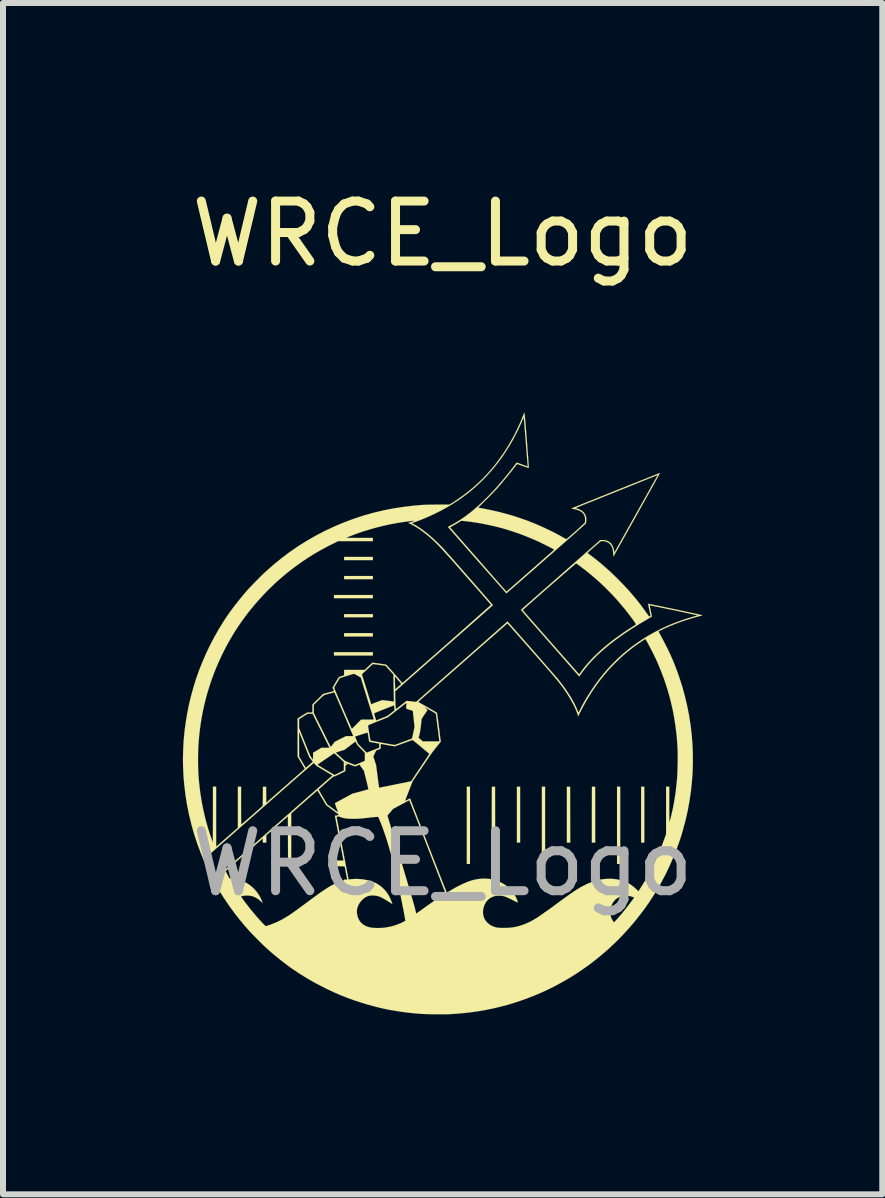
<source format=kicad_pcb>
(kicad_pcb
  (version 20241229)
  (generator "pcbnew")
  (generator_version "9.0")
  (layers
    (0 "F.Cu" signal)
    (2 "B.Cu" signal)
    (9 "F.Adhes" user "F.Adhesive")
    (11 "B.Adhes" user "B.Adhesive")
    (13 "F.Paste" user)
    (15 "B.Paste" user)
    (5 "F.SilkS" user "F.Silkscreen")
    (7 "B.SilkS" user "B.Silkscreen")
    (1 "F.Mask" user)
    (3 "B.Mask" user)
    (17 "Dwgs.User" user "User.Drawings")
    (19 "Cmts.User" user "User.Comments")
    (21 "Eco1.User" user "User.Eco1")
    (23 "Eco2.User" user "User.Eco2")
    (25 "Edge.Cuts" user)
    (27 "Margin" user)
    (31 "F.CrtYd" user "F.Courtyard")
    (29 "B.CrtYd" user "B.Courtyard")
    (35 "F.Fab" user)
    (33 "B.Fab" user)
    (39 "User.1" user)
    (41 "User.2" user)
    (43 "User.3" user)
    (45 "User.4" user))
  (footprint "WRCE_Logo"
    (layer "F.Cu")
    (at 4.331 8.848)
    (property "Reference" "WRCE_Logo" (at 0 -8 0) (unlocked yes) (layer "F.SilkS") (effects (font (size 1 1) (thickness 0.15))))
    (attr smd)
    (fp_poly (pts (xy -1.163 -2.558) (xy -1.643 -2.558) (xy -1.643 -2.611) (xy -1.163 -2.611)) (stroke (width 0.002) (type solid)) (fill yes) (layer "F.SilkS"))
    (fp_poly (pts (xy -1.163 -2.24) (xy -1.643 -2.24) (xy -1.643 -2.293) (xy -1.163 -2.293)) (stroke (width 0.002) (type solid)) (fill yes) (layer "F.SilkS"))
    (fp_poly (pts (xy -1.163 -1.923) (xy -1.812 -1.923) (xy -1.812 -1.976) (xy -1.163 -1.976)) (stroke (width 0.002) (type solid)) (fill yes) (layer "F.SilkS"))
    (fp_poly (pts (xy -1.163 -1.605) (xy -1.643 -1.605) (xy -1.643 -1.658) (xy -1.163 -1.658)) (stroke (width 0.002) (type solid)) (fill yes) (layer "F.SilkS"))
    (fp_poly (pts (xy -1.163 -1.284) (xy -1.643 -1.284) (xy -1.643 -1.341) (xy -1.163 -1.341)) (stroke (width 0.002) (type solid)) (fill yes) (layer "F.SilkS"))
    (fp_poly (pts (xy -1.163 -0.967) (xy -1.812 -0.967) (xy -1.812 -1.023) (xy -1.163 -1.023)) (stroke (width 0.002) (type solid)) (fill yes) (layer "F.SilkS"))
    (fp_poly (pts (xy 0.456 2.508) (xy 0.403 2.508) (xy 0.403 1.22) (xy 0.456 1.22)) (stroke (width 0.002) (type solid)) (fill yes) (layer "F.SilkS"))
    (fp_poly (pts (xy 1.292 2.152) (xy 1.239 2.152) (xy 1.239 1.22) (xy 1.292 1.22)) (stroke (width 0.002) (type solid)) (fill yes) (layer "F.SilkS"))
    (fp_poly (pts (xy 1.708 2.508) (xy 1.655 2.508) (xy 1.655 1.22) (xy 1.708 1.22)) (stroke (width 0.002) (type solid)) (fill yes) (layer "F.SilkS"))
    (fp_poly (pts (xy 2.961 2.508) (xy 2.908 2.508) (xy 2.908 1.22) (xy 2.961 1.22)) (stroke (width 0.002) (type solid)) (fill yes) (layer "F.SilkS"))
    (fp_poly (pts (xy 3.363 2.152) (xy 3.31 2.152) (xy 3.31 1.22) (xy 3.363 1.22)) (stroke (width 0.002) (type solid)) (fill yes) (layer "F.SilkS"))
    (fp_poly (pts (xy 2.099 1.221) (xy 2.126 1.222) (xy 2.127 1.687) (xy 2.128 2.152) (xy 2.072 2.152) (xy 2.072 1.22)) (stroke (width 0.002) (type solid)) (fill yes) (layer "F.SilkS"))
    (fp_poly (pts (xy 0.844 1.221) (xy 0.849 1.221) (xy 0.874 1.222) (xy 0.875 1.687) (xy 0.876 2.152) (xy 0.819 2.152) (xy 0.819 1.688) (xy 0.82 1.36) (xy 0.821 1.26) (xy 0.821 1.232) (xy 0.822 1.222) (xy 0.822 1.222) (xy 0.823 1.222) (xy 0.824 1.222) (xy 0.825 1.222) (xy 0.827 1.221) (xy 0.831 1.221) (xy 0.835 1.221) (xy 0.839 1.221)) (stroke (width 0.002) (type solid)) (fill yes) (layer "F.SilkS"))
    (fp_poly (pts (xy 2.513 1.221) (xy 2.518 1.221) (xy 2.543 1.222) (xy 2.544 1.687) (xy 2.544 2.152) (xy 2.488 2.152) (xy 2.488 1.688) (xy 2.489 1.36) (xy 2.489 1.26) (xy 2.49 1.232) (xy 2.49 1.222) (xy 2.491 1.222) (xy 2.491 1.222) (xy 2.492 1.222) (xy 2.493 1.222) (xy 2.496 1.221) (xy 2.5 1.221) (xy 2.504 1.221) (xy 2.508 1.221)) (stroke (width 0.002) (type solid)) (fill yes) (layer "F.SilkS"))
    (fp_poly (pts (xy 1.365 -5.015) (xy 1.365 -5.015) (xy 1.365 -5.015) (xy 1.365 -5.015) (xy 1.365 -5.015) (xy 1.365 -5.015) (xy 1.365 -5.015) (xy 1.379 -4.87) (xy 1.404 -4.555) (xy 1.428 -4.24) (xy 1.437 -4.095) (xy 1.436 -4.095) (xy 1.435 -4.095) (xy 1.429 -4.096) (xy 1.42 -4.099) (xy 1.409 -4.102) (xy 1.381 -4.112) (xy 1.346 -4.124) (xy 1.282 -4.147) (xy 1.26 -4.154) (xy 1.253 -4.157) (xy 1.249 -4.158) (xy 1.248 -4.158) (xy 1.246 -4.158) (xy 1.245 -4.158) (xy 1.243 -4.158) (xy 1.241 -4.157) (xy 1.239 -4.155) (xy 1.237 -4.153) (xy 1.234 -4.151) (xy 1.231 -4.147) (xy 1.228 -4.143) (xy 1.219 -4.132) (xy 1.208 -4.118) (xy 1.193 -4.099) (xy 1.157 -4.052) (xy 1.12 -4.006) (xy 1.083 -3.96) (xy 1.046 -3.915) (xy 1.009 -3.871) (xy 0.973 -3.827) (xy 0.936 -3.785) (xy 0.9 -3.744) (xy 0.877 -3.72) (xy 0.847 -3.688) (xy 0.771 -3.61) (xy 0.69 -3.53) (xy 0.654 -3.494) (xy 0.624 -3.465) (xy 0.618 -3.459) (xy 0.612 -3.453) (xy 0.607 -3.448) (xy 0.603 -3.444) (xy 0.601 -3.442) (xy 0.599 -3.44) (xy 0.598 -3.438) (xy 0.597 -3.437) (xy 0.596 -3.436) (xy 0.595 -3.435) (xy 0.595 -3.435) (xy 0.595 -3.434) (xy 0.595 -3.434) (xy 0.595 -3.434) (xy 0.602 -3.432) (xy 0.621 -3.428) (xy 0.682 -3.417) (xy 0.776 -3.398) (xy 0.869 -3.378) (xy 0.961 -3.356) (xy 1.051 -3.332) (xy 1.141 -3.307) (xy 1.23 -3.279) (xy 1.318 -3.249) (xy 1.407 -3.218) (xy 1.484 -3.188) (xy 1.561 -3.157) (xy 1.638 -3.123) (xy 1.715 -3.088) (xy 1.792 -3.051) (xy 1.868 -3.013) (xy 1.944 -2.973) (xy 2.018 -2.931) (xy 2.032 -2.924) (xy 2.037 -2.92) (xy 2.042 -2.918) (xy 2.046 -2.916) (xy 2.048 -2.915) (xy 2.05 -2.914) (xy 2.052 -2.913) (xy 2.053 -2.912) (xy 2.055 -2.912) (xy 2.056 -2.911) (xy 2.057 -2.911) (xy 2.058 -2.91) (xy 2.059 -2.91) (xy 2.06 -2.91) (xy 2.061 -2.91) (xy 2.062 -2.909) (xy 2.063 -2.909) (xy 2.064 -2.909) (xy 2.065 -2.91) (xy 2.065 -2.91) (xy 2.066 -2.91) (xy 2.067 -2.91) (xy 2.067 -2.911) (xy 2.068 -2.911) (xy 2.069 -2.911) (xy 2.069 -2.912) (xy 2.088 -2.927) (xy 2.125 -2.959) (xy 2.226 -3.048) (xy 2.323 -3.136) (xy 2.355 -3.166) (xy 2.365 -3.175) (xy 2.369 -3.18) (xy 2.37 -3.183) (xy 2.372 -3.187) (xy 2.373 -3.193) (xy 2.374 -3.199) (xy 2.374 -3.205) (xy 2.375 -3.212) (xy 2.375 -3.22) (xy 2.375 -3.228) (xy 2.375 -3.236) (xy 2.375 -3.244) (xy 2.375 -3.251) (xy 2.374 -3.259) (xy 2.373 -3.266) (xy 2.372 -3.273) (xy 2.371 -3.279) (xy 2.369 -3.285) (xy 2.367 -3.293) (xy 2.364 -3.3) (xy 2.361 -3.307) (xy 2.357 -3.314) (xy 2.353 -3.321) (xy 2.348 -3.328) (xy 2.343 -3.334) (xy 2.338 -3.341) (xy 2.332 -3.347) (xy 2.326 -3.353) (xy 2.319 -3.358) (xy 2.312 -3.363) (xy 2.305 -3.369) (xy 2.297 -3.373) (xy 2.289 -3.378) (xy 2.281 -3.382) (xy 2.276 -3.384) (xy 2.27 -3.387) (xy 2.257 -3.392) (xy 2.243 -3.396) (xy 2.227 -3.401) (xy 2.211 -3.405) (xy 2.195 -3.408) (xy 2.18 -3.411) (xy 2.166 -3.413) (xy 2.164 -3.414) (xy 2.163 -3.414) (xy 2.161 -3.414) (xy 2.16 -3.415) (xy 2.158 -3.415) (xy 2.157 -3.415) (xy 2.155 -3.416) (xy 2.154 -3.416) (xy 2.153 -3.416) (xy 2.152 -3.417) (xy 2.151 -3.417) (xy 2.151 -3.417) (xy 2.151 -3.417) (xy 2.15 -3.418) (xy 2.15 -3.418) (xy 2.15 -3.418) (xy 2.15 -3.418) (xy 2.149 -3.418) (xy 2.149 -3.418) (xy 2.149 -3.419) (xy 2.149 -3.419) (xy 2.149 -3.419) (xy 2.15 -3.42) (xy 2.152 -3.421) (xy 2.156 -3.423) (xy 2.161 -3.425) (xy 2.167 -3.428) (xy 2.174 -3.431) (xy 2.181 -3.434) (xy 2.189 -3.437) (xy 3.122 -3.812) (xy 3.623 -4.011) (xy 3.598 -3.962) (xy 3.523 -3.825) (xy 3.244 -3.325) (xy 3.001 -2.89) (xy 2.93 -2.764) (xy 2.885 -2.685) (xy 2.861 -2.641) (xy 2.854 -2.63) (xy 2.85 -2.623) (xy 2.848 -2.62) (xy 2.848 -2.62) (xy 2.847 -2.62) (xy 2.847 -2.621) (xy 2.847 -2.621) (xy 2.847 -2.621) (xy 2.847 -2.621) (xy 2.847 -2.622) (xy 2.847 -2.622) (xy 2.846 -2.623) (xy 2.846 -2.624) (xy 2.846 -2.627) (xy 2.845 -2.631) (xy 2.845 -2.636) (xy 2.844 -2.642) (xy 2.844 -2.648) (xy 2.844 -2.655) (xy 2.844 -2.662) (xy 2.844 -2.669) (xy 2.844 -2.677) (xy 2.843 -2.685) (xy 2.841 -2.7) (xy 2.839 -2.715) (xy 2.837 -2.73) (xy 2.835 -2.737) (xy 2.834 -2.743) (xy 2.832 -2.75) (xy 2.83 -2.756) (xy 2.829 -2.762) (xy 2.827 -2.767) (xy 2.823 -2.776) (xy 2.819 -2.784) (xy 2.814 -2.792) (xy 2.81 -2.8) (xy 2.805 -2.808) (xy 2.799 -2.815) (xy 2.793 -2.822) (xy 2.787 -2.828) (xy 2.781 -2.834) (xy 2.774 -2.84) (xy 2.767 -2.845) (xy 2.76 -2.85) (xy 2.752 -2.854) (xy 2.745 -2.858) (xy 2.737 -2.861) (xy 2.729 -2.865) (xy 2.723 -2.866) (xy 2.717 -2.868) (xy 2.711 -2.869) (xy 2.704 -2.871) (xy 2.697 -2.872) (xy 2.69 -2.873) (xy 2.683 -2.874) (xy 2.676 -2.874) (xy 2.669 -2.875) (xy 2.663 -2.875) (xy 2.657 -2.875) (xy 2.652 -2.875) (xy 2.647 -2.874) (xy 2.642 -2.874) (xy 2.639 -2.873) (xy 2.637 -2.872) (xy 2.636 -2.872) (xy 2.633 -2.869) (xy 2.626 -2.864) (xy 2.604 -2.846) (xy 2.575 -2.821) (xy 2.541 -2.791) (xy 2.51 -2.764) (xy 2.484 -2.741) (xy 2.462 -2.722) (xy 2.446 -2.706) (xy 2.439 -2.7) (xy 2.433 -2.695) (xy 2.428 -2.69) (xy 2.424 -2.686) (xy 2.421 -2.683) (xy 2.419 -2.68) (xy 2.418 -2.679) (xy 2.418 -2.679) (xy 2.417 -2.678) (xy 2.417 -2.678) (xy 2.418 -2.677) (xy 2.418 -2.676) (xy 2.421 -2.674) (xy 2.426 -2.67) (xy 2.432 -2.665) (xy 2.447 -2.653) (xy 2.466 -2.639) (xy 2.524 -2.595) (xy 2.579 -2.552) (xy 2.633 -2.507) (xy 2.686 -2.462) (xy 2.739 -2.415) (xy 2.793 -2.367) (xy 2.847 -2.316) (xy 2.902 -2.262) (xy 2.973 -2.19) (xy 3.04 -2.12) (xy 3.104 -2.051) (xy 3.165 -1.981) (xy 3.224 -1.911) (xy 3.281 -1.839) (xy 3.337 -1.765) (xy 3.392 -1.688) (xy 3.411 -1.662) (xy 3.418 -1.652) (xy 3.425 -1.643) (xy 3.428 -1.639) (xy 3.43 -1.636) (xy 3.432 -1.633) (xy 3.435 -1.63) (xy 3.436 -1.627) (xy 3.438 -1.625) (xy 3.44 -1.623) (xy 3.441 -1.622) (xy 3.443 -1.62) (xy 3.444 -1.619) (xy 3.444 -1.619) (xy 3.445 -1.618) (xy 3.445 -1.618) (xy 3.446 -1.618) (xy 3.446 -1.617) (xy 3.447 -1.617) (xy 3.447 -1.617) (xy 3.448 -1.617) (xy 3.448 -1.617) (xy 3.448 -1.617) (xy 3.449 -1.617) (xy 3.449 -1.617) (xy 3.449 -1.617) (xy 3.45 -1.617) (xy 3.45 -1.617) (xy 3.451 -1.617) (xy 3.451 -1.618) (xy 3.452 -1.618) (xy 3.456 -1.621) (xy 3.457 -1.621) (xy 3.458 -1.622) (xy 3.458 -1.623) (xy 3.459 -1.624) (xy 3.46 -1.624) (xy 3.461 -1.625) (xy 3.462 -1.626) (xy 3.462 -1.627) (xy 3.463 -1.628) (xy 3.464 -1.628) (xy 3.464 -1.629) (xy 3.464 -1.63) (xy 3.465 -1.631) (xy 3.465 -1.631) (xy 3.465 -1.632) (xy 3.465 -1.632) (xy 3.465 -1.632) (xy 3.465 -1.633) (xy 3.465 -1.633) (xy 3.465 -1.636) (xy 3.464 -1.643) (xy 3.46 -1.665) (xy 3.445 -1.733) (xy 3.441 -1.752) (xy 3.438 -1.77) (xy 3.434 -1.786) (xy 3.432 -1.801) (xy 3.429 -1.812) (xy 3.428 -1.822) (xy 3.428 -1.825) (xy 3.427 -1.827) (xy 3.427 -1.829) (xy 3.427 -1.83) (xy 3.427 -1.83) (xy 3.57 -1.802) (xy 3.88 -1.737) (xy 4.189 -1.671) (xy 4.33 -1.639) (xy 4.33 -1.639) (xy 4.33 -1.639) (xy 4.329 -1.638) (xy 4.329 -1.638) (xy 4.329 -1.637) (xy 4.328 -1.637) (xy 4.328 -1.636) (xy 4.327 -1.636) (xy 4.326 -1.636) (xy 4.325 -1.635) (xy 4.324 -1.635) (xy 4.323 -1.634) (xy 4.322 -1.634) (xy 4.321 -1.634) (xy 4.32 -1.633) (xy 4.319 -1.633) (xy 4.318 -1.633) (xy 4.231 -1.61) (xy 4.142 -1.584) (xy 4.052 -1.556) (xy 3.964 -1.526) (xy 3.878 -1.494) (xy 3.795 -1.46) (xy 3.716 -1.426) (xy 3.644 -1.391) (xy 3.599 -1.369) (xy 3.612 -1.345) (xy 3.667 -1.243) (xy 3.717 -1.147) (xy 3.763 -1.055) (xy 3.805 -0.966) (xy 3.843 -0.877) (xy 3.879 -0.788) (xy 3.913 -0.698) (xy 3.946 -0.604) (xy 3.996 -0.448) (xy 4.039 -0.292) (xy 4.076 -0.135) (xy 4.108 0.024) (xy 4.133 0.183) (xy 4.152 0.342) (xy 4.165 0.502) (xy 4.172 0.663) (xy 4.173 0.823) (xy 4.168 0.984) (xy 4.156 1.144) (xy 4.139 1.304) (xy 4.115 1.464) (xy 4.086 1.623) (xy 4.05 1.781) (xy 4.008 1.938) (xy 3.986 2.014) (xy 3.962 2.09) (xy 3.936 2.166) (xy 3.909 2.241) (xy 3.85 2.39) (xy 3.786 2.537) (xy 3.717 2.682) (xy 3.642 2.823) (xy 3.602 2.893) (xy 3.561 2.962) (xy 3.52 3.03) (xy 3.476 3.097) (xy 3.437 3.157) (xy 3.418 3.183) (xy 3.4 3.21) (xy 3.38 3.237) (xy 3.359 3.267) (xy 3.306 3.337) (xy 3.238 3.424) (xy 3.167 3.51) (xy 3.094 3.594) (xy 3.019 3.676) (xy 2.942 3.757) (xy 2.862 3.835) (xy 2.781 3.911) (xy 2.697 3.985) (xy 2.612 4.057) (xy 2.525 4.127) (xy 2.436 4.194) (xy 2.345 4.259) (xy 2.254 4.321) (xy 2.16 4.381) (xy 2.065 4.438) (xy 1.969 4.492) (xy 1.861 4.55) (xy 1.752 4.604) (xy 1.642 4.655) (xy 1.531 4.702) (xy 1.419 4.746) (xy 1.306 4.787) (xy 1.192 4.824) (xy 1.078 4.859) (xy 0.962 4.889) (xy 0.845 4.917) (xy 0.727 4.941) (xy 0.608 4.962) (xy 0.488 4.98) (xy 0.367 4.994) (xy 0.244 5.005) (xy 0.121 5.013) (xy 0.073 5.015) (xy 0.013 5.015) (xy -0.126 5.015) (xy -0.265 5.012) (xy -0.323 5.01) (xy -0.37 5.008) (xy -0.475 4.999) (xy -0.578 4.988) (xy -0.678 4.975) (xy -0.776 4.96) (xy -0.872 4.944) (xy -0.967 4.925) (xy -1.059 4.904) (xy -1.151 4.88) (xy -1.268 4.848) (xy -1.381 4.813) (xy -1.491 4.777) (xy -1.597 4.738) (xy -1.701 4.697) (xy -1.804 4.652) (xy -1.906 4.605) (xy -2.008 4.554) (xy -2.134 4.488) (xy -2.254 4.419) (xy -2.37 4.348) (xy -2.427 4.311) (xy -2.483 4.273) (xy -2.538 4.235) (xy -2.593 4.195) (xy -2.702 4.111) (xy -2.811 4.022) (xy -2.922 3.926) (xy -2.95 3.9) (xy -2.988 3.865) (xy -3.077 3.777) (xy -3.165 3.687) (xy -3.202 3.649) (xy -3.229 3.619) (xy -3.311 3.526) (xy -3.388 3.433) (xy -3.462 3.339) (xy -3.532 3.244) (xy -3.599 3.148) (xy -3.664 3.05) (xy -3.726 2.95) (xy -3.786 2.847) (xy -3.805 2.813) (xy -3.827 2.771) (xy -3.877 2.673) (xy -3.926 2.574) (xy -3.947 2.53) (xy -3.963 2.494) (xy -3.991 2.429) (xy -3.969 2.429) (xy -3.967 2.435) (xy -3.962 2.448) (xy -3.945 2.488) (xy -3.92 2.542) (xy -3.891 2.602) (xy -3.862 2.661) (xy -3.837 2.712) (xy -3.818 2.748) (xy -3.812 2.758) (xy -3.809 2.762) (xy -3.805 2.759) (xy -3.796 2.752) (xy -3.763 2.723) (xy -3.714 2.681) (xy -3.656 2.63) (xy -3.653 2.628) (xy -3.617 2.628) (xy -3.617 2.629) (xy -3.616 2.631) (xy -3.615 2.634) (xy -3.614 2.637) (xy -3.611 2.644) (xy -3.607 2.653) (xy -3.602 2.663) (xy -3.595 2.676) (xy -3.587 2.69) (xy -3.554 2.75) (xy -3.518 2.752) (xy -3.5 2.754) (xy -3.482 2.756) (xy -3.463 2.758) (xy -3.446 2.761) (xy -3.428 2.765) (xy -3.41 2.769) (xy -3.376 2.779) (xy -3.342 2.792) (xy -3.309 2.806) (xy -3.278 2.822) (xy -3.247 2.84) (xy -3.217 2.86) (xy -3.189 2.882) (xy -3.162 2.906) (xy -3.136 2.932) (xy -3.112 2.959) (xy -3.09 2.988) (xy -3.069 3.018) (xy -3.049 3.051) (xy -3.042 3.064) (xy -3.034 3.08) (xy -3.026 3.097) (xy -3.018 3.114) (xy -3.011 3.129) (xy -3.006 3.143) (xy -3.004 3.148) (xy -3.003 3.152) (xy -3.002 3.154) (xy -3.002 3.155) (xy -3.002 3.156) (xy -3.002 3.156) (xy -3.003 3.155) (xy -3.005 3.154) (xy -3.007 3.152) (xy -3.011 3.149) (xy -3.02 3.141) (xy -3.031 3.132) (xy -3.042 3.123) (xy -3.052 3.114) (xy -3.062 3.107) (xy -3.071 3.099) (xy -3.081 3.092) (xy -3.09 3.086) (xy -3.099 3.08) (xy -3.108 3.075) (xy -3.117 3.07) (xy -3.126 3.065) (xy -3.135 3.061) (xy -3.144 3.057) (xy -3.154 3.053) (xy -3.163 3.05) (xy -3.173 3.046) (xy -3.183 3.043) (xy -3.191 3.042) (xy -3.199 3.04) (xy -3.209 3.039) (xy -3.219 3.037) (xy -3.23 3.036) (xy -3.241 3.036) (xy -3.252 3.035) (xy -3.263 3.035) (xy -3.274 3.035) (xy -3.285 3.035) (xy -3.296 3.036) (xy -3.306 3.037) (xy -3.316 3.038) (xy -3.324 3.039) (xy -3.332 3.04) (xy -3.339 3.042) (xy -3.341 3.043) (xy -3.343 3.043) (xy -3.346 3.044) (xy -3.348 3.045) (xy -3.35 3.046) (xy -3.351 3.046) (xy -3.353 3.047) (xy -3.355 3.048) (xy -3.356 3.048) (xy -3.357 3.049) (xy -3.358 3.049) (xy -3.359 3.05) (xy -3.36 3.05) (xy -3.36 3.051) (xy -3.361 3.051) (xy -3.361 3.051) (xy -3.361 3.051) (xy -3.361 3.051) (xy -3.361 3.052) (xy -3.36 3.055) (xy -3.356 3.061) (xy -3.342 3.081) (xy -3.322 3.11) (xy -3.296 3.144) (xy -3.236 3.223) (xy -3.206 3.261) (xy -3.177 3.296) (xy -3.143 3.337) (xy -3.107 3.379) (xy -3.07 3.421) (xy -3.035 3.46) (xy -3.004 3.494) (xy -2.977 3.521) (xy -2.967 3.531) (xy -2.959 3.539) (xy -2.953 3.543) (xy -2.951 3.545) (xy -2.949 3.545) (xy -2.947 3.545) (xy -2.943 3.544) (xy -2.929 3.539) (xy -2.909 3.533) (xy -2.887 3.526) (xy -2.843 3.51) (xy -2.8 3.493) (xy -2.758 3.475) (xy -2.715 3.454) (xy -2.673 3.432) (xy -2.629 3.406) (xy -2.583 3.379) (xy -2.536 3.348) (xy -2.494 3.319) (xy -2.436 3.278) (xy -2.349 3.214) (xy -2.22 3.118) (xy -2.12 3.044) (xy -2.036 2.984) (xy -1.999 2.959) (xy -1.965 2.936) (xy -1.933 2.915) (xy -1.904 2.897) (xy -1.876 2.88) (xy -1.85 2.866) (xy -1.825 2.852) (xy -1.8 2.841) (xy -1.776 2.83) (xy -1.752 2.82) (xy -1.727 2.811) (xy -1.702 2.803) (xy -1.693 2.8) (xy -1.686 2.797) (xy -1.679 2.795) (xy -1.673 2.793) (xy -1.668 2.791) (xy -1.663 2.789) (xy -1.661 2.788) (xy -1.659 2.787) (xy -1.657 2.786) (xy -1.655 2.786) (xy -1.654 2.785) (xy -1.652 2.784) (xy -1.651 2.784) (xy -1.65 2.783) (xy -1.649 2.783) (xy -1.648 2.782) (xy -1.647 2.781) (xy -1.646 2.781) (xy -1.646 2.78) (xy -1.645 2.78) (xy -1.645 2.779) (xy -1.645 2.779) (xy -1.644 2.778) (xy -1.644 2.778) (xy -1.644 2.777) (xy -1.644 2.776) (xy -1.644 2.775) (xy -1.643 2.774) (xy -1.643 2.773) (xy -1.642 2.772) (xy -1.642 2.772) (xy -1.641 2.771) (xy -1.64 2.771) (xy -1.639 2.77) (xy -1.637 2.77) (xy -1.635 2.77) (xy -1.633 2.769) (xy -1.631 2.769) (xy -1.624 2.769) (xy -1.616 2.769) (xy -1.612 2.769) (xy -1.608 2.769) (xy -1.605 2.769) (xy -1.604 2.769) (xy -1.602 2.769) (xy -1.601 2.769) (xy -1.6 2.769) (xy -1.599 2.769) (xy -1.598 2.768) (xy -1.597 2.768) (xy -1.596 2.768) (xy -1.595 2.768) (xy -1.594 2.768) (xy -1.594 2.768) (xy -1.593 2.768) (xy -1.593 2.767) (xy -1.592 2.767) (xy -1.592 2.767) (xy -1.592 2.767) (xy -1.592 2.767) (xy -1.592 2.767) (xy -1.592 2.766) (xy -1.592 2.766) (xy -1.591 2.766) (xy -1.591 2.766) (xy -1.591 2.766) (xy -1.591 2.766) (xy -1.591 2.765) (xy -1.591 2.765) (xy -1.591 2.765) (xy -1.591 2.764) (xy -1.591 2.764) (xy -1.591 2.763) (xy -1.592 2.763) (xy -1.594 2.752) (xy -1.599 2.729) (xy -1.613 2.655) (xy -1.621 2.615) (xy -1.627 2.582) (xy -1.632 2.559) (xy -1.633 2.553) (xy -1.634 2.55) (xy -1.635 2.55) (xy -1.636 2.549) (xy -1.642 2.549) (xy -1.65 2.548) (xy -1.661 2.548) (xy -1.689 2.547) (xy -1.725 2.547) (xy -1.812 2.547) (xy -1.812 2.452) (xy -1.733 2.452) (xy -1.712 2.451) (xy -1.703 2.451) (xy -1.695 2.451) (xy -1.688 2.451) (xy -1.681 2.451) (xy -1.675 2.451) (xy -1.67 2.451) (xy -1.666 2.45) (xy -1.663 2.45) (xy -1.66 2.45) (xy -1.657 2.449) (xy -1.657 2.449) (xy -1.656 2.449) (xy -1.655 2.449) (xy -1.655 2.448) (xy -1.654 2.448) (xy -1.654 2.448) (xy -1.654 2.448) (xy -1.654 2.447) (xy -1.792 1.73) (xy -1.768 1.73) (xy -1.768 1.731) (xy -1.767 1.732) (xy -1.767 1.734) (xy -1.667 2.255) (xy -1.569 2.767) (xy -1.568 2.767) (xy -1.566 2.766) (xy -1.558 2.766) (xy -1.547 2.765) (xy -1.533 2.763) (xy -1.507 2.761) (xy -1.482 2.759) (xy -1.456 2.758) (xy -1.43 2.758) (xy -1.403 2.759) (xy -1.377 2.761) (xy -1.351 2.763) (xy -1.325 2.766) (xy -1.3 2.77) (xy -1.274 2.775) (xy -1.249 2.78) (xy -1.225 2.786) (xy -1.202 2.793) (xy -1.179 2.801) (xy -1.157 2.809) (xy -1.135 2.818) (xy -1.115 2.827) (xy -1.096 2.838) (xy -1.077 2.849) (xy -1.058 2.861) (xy -1.04 2.874) (xy -1.023 2.887) (xy -1.006 2.902) (xy -0.99 2.917) (xy -0.974 2.933) (xy -0.959 2.95) (xy -0.945 2.967) (xy -0.931 2.985) (xy -0.918 3.004) (xy -0.906 3.024) (xy -0.894 3.044) (xy -0.883 3.065) (xy -0.875 3.081) (xy -0.868 3.098) (xy -0.86 3.116) (xy -0.853 3.133) (xy -0.847 3.148) (xy -0.843 3.161) (xy -0.841 3.166) (xy -0.84 3.17) (xy -0.84 3.172) (xy -0.84 3.173) (xy -0.84 3.174) (xy -0.841 3.174) (xy -0.842 3.173) (xy -0.846 3.171) (xy -0.862 3.162) (xy -0.884 3.148) (xy -0.912 3.131) (xy -0.933 3.117) (xy -0.952 3.106) (xy -0.97 3.095) (xy -0.987 3.085) (xy -1.003 3.076) (xy -1.018 3.069) (xy -1.032 3.062) (xy -1.046 3.056) (xy -1.059 3.051) (xy -1.072 3.047) (xy -1.085 3.044) (xy -1.098 3.041) (xy -1.111 3.038) (xy -1.124 3.037) (xy -1.138 3.035) (xy -1.152 3.035) (xy -1.16 3.034) (xy -1.168 3.034) (xy -1.176 3.034) (xy -1.184 3.034) (xy -1.191 3.034) (xy -1.198 3.035) (xy -1.204 3.036) (xy -1.211 3.036) (xy -1.217 3.037) (xy -1.223 3.038) (xy -1.229 3.04) (xy -1.234 3.041) (xy -1.24 3.043) (xy -1.246 3.045) (xy -1.251 3.047) (xy -1.257 3.049) (xy -1.269 3.054) (xy -1.28 3.06) (xy -1.292 3.067) (xy -1.304 3.075) (xy -1.315 3.084) (xy -1.326 3.094) (xy -1.337 3.104) (xy -1.348 3.114) (xy -1.358 3.125) (xy -1.367 3.137) (xy -1.377 3.149) (xy -1.385 3.161) (xy -1.393 3.173) (xy -1.4 3.186) (xy -1.406 3.199) (xy -1.412 3.212) (xy -1.415 3.219) (xy -1.417 3.227) (xy -1.42 3.234) (xy -1.422 3.241) (xy -1.424 3.249) (xy -1.425 3.256) (xy -1.427 3.264) (xy -1.428 3.271) (xy -1.429 3.278) (xy -1.429 3.286) (xy -1.43 3.293) (xy -1.43 3.301) (xy -1.43 3.308) (xy -1.43 3.316) (xy -1.429 3.324) (xy -1.428 3.331) (xy -1.425 3.355) (xy -1.422 3.366) (xy -1.42 3.377) (xy -1.417 3.388) (xy -1.413 3.399) (xy -1.409 3.409) (xy -1.405 3.419) (xy -1.401 3.428) (xy -1.396 3.438) (xy -1.391 3.447) (xy -1.385 3.456) (xy -1.379 3.464) (xy -1.373 3.473) (xy -1.366 3.481) (xy -1.359 3.488) (xy -1.352 3.496) (xy -1.344 3.503) (xy -1.336 3.509) (xy -1.328 3.516) (xy -1.319 3.522) (xy -1.31 3.528) (xy -1.3 3.533) (xy -1.291 3.538) (xy -1.281 3.543) (xy -1.27 3.548) (xy -1.249 3.556) (xy -1.226 3.563) (xy -1.202 3.568) (xy -1.184 3.571) (xy -1.161 3.573) (xy -1.135 3.575) (xy -1.108 3.576) (xy -1.079 3.576) (xy -1.051 3.576) (xy -1.025 3.575) (xy -1.001 3.574) (xy -0.978 3.571) (xy -0.956 3.569) (xy -0.933 3.565) (xy -0.911 3.561) (xy -0.889 3.557) (xy -0.867 3.552) (xy -0.846 3.547) (xy -0.824 3.541) (xy -0.803 3.535) (xy -0.782 3.528) (xy -0.761 3.521) (xy -0.741 3.513) (xy -0.721 3.505) (xy -0.701 3.497) (xy -0.682 3.488) (xy -0.663 3.478) (xy -0.649 3.471) (xy -0.638 3.465) (xy -0.629 3.46) (xy -0.624 3.458) (xy -0.624 3.457) (xy -0.623 3.455) (xy -0.623 3.449) (xy -0.624 3.439) (xy -0.627 3.424) (xy -0.634 3.378) (xy -0.648 3.305) (xy -0.698 3.051) (xy -0.748 2.815) (xy -0.798 2.595) (xy -0.849 2.393) (xy -0.9 2.209) (xy -0.952 2.043) (xy -1.004 1.895) (xy -1.03 1.828) (xy -1.056 1.765) (xy -1.074 1.723) (xy -1.1 1.724) (xy -1.119 1.725) (xy -1.151 1.728) (xy -1.191 1.732) (xy -1.236 1.737) (xy -1.289 1.743) (xy -1.334 1.748) (xy -1.373 1.751) (xy -1.406 1.754) (xy -1.437 1.755) (xy -1.465 1.756) (xy -1.493 1.756) (xy -1.523 1.755) (xy -1.554 1.754) (xy -1.569 1.754) (xy -1.583 1.753) (xy -1.596 1.751) (xy -1.608 1.75) (xy -1.62 1.748) (xy -1.632 1.747) (xy -1.643 1.745) (xy -1.654 1.742) (xy -1.664 1.74) (xy -1.674 1.737) (xy -1.684 1.734) (xy -1.694 1.73) (xy -1.704 1.727) (xy -1.714 1.723) (xy -1.722 1.72) (xy -1.725 1.718) (xy -1.727 1.717) (xy -1.73 1.717) (xy -1.732 1.716) (xy -1.733 1.716) (xy -1.734 1.715) (xy -1.735 1.715) (xy -1.736 1.715) (xy -1.736 1.715) (xy -1.737 1.715) (xy -1.738 1.715) (xy -1.739 1.715) (xy -1.741 1.716) (xy -1.743 1.716) (xy -1.745 1.717) (xy -1.748 1.718) (xy -1.754 1.719) (xy -1.756 1.72) (xy -1.758 1.721) (xy -1.76 1.721) (xy -1.762 1.722) (xy -1.762 1.722) (xy -1.763 1.723) (xy -1.764 1.723) (xy -1.764 1.723) (xy -1.765 1.724) (xy -1.765 1.724) (xy -1.766 1.724) (xy -1.766 1.725) (xy -1.766 1.725) (xy -1.766 1.726) (xy -1.767 1.726) (xy -1.767 1.726) (xy -1.767 1.727) (xy -1.767 1.727) (xy -1.767 1.728) (xy -1.767 1.728) (xy -1.768 1.729) (xy -1.768 1.73) (xy -1.768 1.73) (xy -1.792 1.73) (xy -1.797 1.705) (xy -1.797 1.704) (xy -1.797 1.704) (xy -1.797 1.704) (xy -1.797 1.703) (xy -1.797 1.703) (xy -1.797 1.703) (xy -1.797 1.703) (xy -1.796 1.703) (xy -1.796 1.702) (xy -1.796 1.702) (xy -1.796 1.702) (xy -1.796 1.702) (xy -1.796 1.702) (xy -1.795 1.702) (xy -1.795 1.702) (xy -1.795 1.702) (xy -1.794 1.702) (xy -1.793 1.702) (xy -1.792 1.702) (xy -1.791 1.702) (xy -1.79 1.702) (xy -1.789 1.702) (xy -1.788 1.702) (xy -1.787 1.702) (xy -1.785 1.703) (xy -1.784 1.703) (xy -1.783 1.703) (xy -1.781 1.703) (xy -1.779 1.703) (xy -1.779 1.703) (xy -0.92 1.703) (xy -0.692 2.464) (xy -0.582 2.833) (xy -0.51 3.076) (xy -0.487 3.157) (xy -0.47 3.216) (xy -0.46 3.255) (xy -0.454 3.279) (xy -0.45 3.301) (xy -0.446 3.319) (xy -0.444 3.326) (xy -0.443 3.331) (xy -0.442 3.335) (xy -0.442 3.336) (xy -0.442 3.336) (xy -0.439 3.335) (xy -0.432 3.33) (xy -0.4 3.308) (xy -0.345 3.269) (xy -0.264 3.21) (xy -0.204 3.168) (xy -0.128 3.116) (xy -0.05 3.064) (xy 0.016 3.021) (xy 0.049 3) (xy -0.253 2.223) (xy -0.466 1.674) (xy -0.532 1.507) (xy -0.557 1.446) (xy -0.568 1.452) (xy -0.597 1.467) (xy -0.692 1.518) (xy -0.826 1.59) (xy -0.873 1.646) (xy -0.891 1.667) (xy -0.906 1.685) (xy -0.912 1.692) (xy -0.916 1.698) (xy -0.919 1.701) (xy -0.92 1.702) (xy -0.92 1.703) (xy -1.779 1.703) (xy -1.778 1.702) (xy -1.776 1.702) (xy -1.772 1.702) (xy -1.768 1.701) (xy -1.764 1.7) (xy -1.761 1.699) (xy -1.757 1.698) (xy -1.753 1.697) (xy -1.749 1.696) (xy -1.746 1.695) (xy -1.742 1.694) (xy -1.739 1.693) (xy -1.736 1.693) (xy -1.733 1.692) (xy -1.732 1.692) (xy -1.731 1.691) (xy -1.73 1.691) (xy -1.731 1.689) (xy -1.732 1.687) (xy -1.735 1.685) (xy -1.743 1.678) (xy -1.756 1.668) (xy -1.774 1.653) (xy -1.833 1.61) (xy -1.942 1.529) (xy -2.014 1.407) (xy -2.042 1.359) (xy -2.066 1.32) (xy -2.075 1.305) (xy -2.082 1.294) (xy -2.086 1.286) (xy -2.088 1.284) (xy -2.088 1.284) (xy -2.106 1.299) (xy -2.154 1.34) (xy -2.308 1.475) (xy -2.525 1.666) (xy -2.525 2.508) (xy -2.578 2.508) (xy -2.579 2.111) (xy -2.58 1.713) (xy -2.76 1.872) (xy -2.941 2.03) (xy -2.941 2.091) (xy -2.941 2.152) (xy -2.997 2.152) (xy -2.998 2.117) (xy -3 2.083) (xy -3.206 2.264) (xy -3.513 2.533) (xy -3.552 2.568) (xy -3.585 2.597) (xy -3.607 2.617) (xy -3.614 2.623) (xy -3.617 2.626) (xy -3.617 2.627) (xy -3.617 2.628) (xy -3.653 2.628) (xy -2.672 1.765) (xy -2.104 1.266) (xy -2.066 1.266) (xy -2.066 1.268) (xy -2.065 1.271) (xy -2.064 1.274) (xy -2.059 1.285) (xy -2.051 1.3) (xy -2.038 1.322) (xy -1.998 1.391) (xy -1.926 1.514) (xy -1.835 1.581) (xy -1.8 1.607) (xy -1.771 1.628) (xy -1.76 1.636) (xy -1.751 1.642) (xy -1.746 1.645) (xy -1.745 1.646) (xy -1.744 1.646) (xy -1.744 1.645) (xy -1.746 1.64) (xy -1.751 1.624) (xy -1.76 1.6) (xy -1.771 1.572) (xy -1.776 1.557) (xy -1.781 1.543) (xy -1.786 1.53) (xy -1.79 1.519) (xy -1.793 1.509) (xy -1.795 1.502) (xy -1.795 1.499) (xy -1.796 1.497) (xy -1.796 1.496) (xy -1.796 1.495) (xy -1.796 1.495) (xy -1.751 1.47) (xy -1.724 1.456) (xy -0.625 1.456) (xy -0.625 1.456) (xy -0.625 1.456) (xy -0.624 1.456) (xy -0.622 1.455) (xy -0.618 1.453) (xy -0.613 1.451) (xy -0.6 1.444) (xy -0.584 1.436) (xy -0.576 1.432) (xy -0.569 1.428) (xy -0.562 1.424) (xy -0.556 1.421) (xy -0.551 1.418) (xy -0.547 1.417) (xy -0.546 1.416) (xy -0.545 1.416) (xy -0.544 1.415) (xy -0.544 1.415) (xy -0.544 1.415) (xy -0.239 2.2) (xy -0.023 2.753) (xy 0.068 2.985) (xy 0.068 2.985) (xy 0.068 2.985) (xy 0.069 2.985) (xy 0.071 2.985) (xy 0.072 2.984) (xy 0.077 2.982) (xy 0.083 2.979) (xy 0.09 2.975) (xy 0.098 2.971) (xy 0.107 2.966) (xy 0.116 2.96) (xy 0.158 2.935) (xy 0.199 2.911) (xy 0.239 2.889) (xy 0.279 2.869) (xy 0.317 2.85) (xy 0.354 2.833) (xy 0.388 2.818) (xy 0.421 2.805) (xy 0.457 2.792) (xy 0.493 2.781) (xy 0.529 2.772) (xy 0.564 2.765) (xy 0.6 2.759) (xy 0.635 2.755) (xy 0.669 2.753) (xy 0.704 2.753) (xy 0.738 2.754) (xy 0.771 2.757) (xy 0.805 2.762) (xy 0.837 2.769) (xy 0.869 2.777) (xy 0.901 2.787) (xy 0.932 2.799) (xy 0.963 2.813) (xy 0.979 2.821) (xy 0.995 2.83) (xy 1.011 2.839) (xy 1.026 2.848) (xy 1.041 2.858) (xy 1.056 2.868) (xy 1.07 2.879) (xy 1.084 2.89) (xy 1.097 2.902) (xy 1.11 2.914) (xy 1.123 2.926) (xy 1.135 2.94) (xy 1.147 2.953) (xy 1.159 2.967) (xy 1.17 2.982) (xy 1.182 2.997) (xy 1.188 3.007) (xy 1.195 3.017) (xy 1.201 3.027) (xy 1.207 3.038) (xy 1.213 3.049) (xy 1.219 3.06) (xy 1.225 3.071) (xy 1.23 3.082) (xy 1.235 3.092) (xy 1.24 3.103) (xy 1.243 3.112) (xy 1.247 3.121) (xy 1.249 3.13) (xy 1.251 3.137) (xy 1.253 3.144) (xy 1.253 3.149) (xy 1.253 3.149) (xy 1.253 3.15) (xy 1.252 3.149) (xy 1.247 3.148) (xy 1.24 3.145) (xy 1.23 3.141) (xy 1.218 3.135) (xy 1.204 3.128) (xy 1.188 3.121) (xy 1.171 3.112) (xy 1.129 3.091) (xy 1.11 3.082) (xy 1.093 3.074) (xy 1.077 3.067) (xy 1.062 3.061) (xy 1.048 3.056) (xy 1.035 3.051) (xy 1.023 3.047) (xy 1.011 3.044) (xy 0.999 3.042) (xy 0.987 3.04) (xy 0.975 3.039) (xy 0.963 3.038) (xy 0.951 3.037) (xy 0.938 3.037) (xy 0.927 3.037) (xy 0.916 3.038) (xy 0.905 3.039) (xy 0.894 3.04) (xy 0.884 3.042) (xy 0.874 3.044) (xy 0.864 3.046) (xy 0.854 3.049) (xy 0.844 3.052) (xy 0.835 3.056) (xy 0.826 3.06) (xy 0.817 3.064) (xy 0.808 3.069) (xy 0.799 3.073) (xy 0.791 3.079) (xy 0.783 3.084) (xy 0.775 3.09) (xy 0.767 3.096) (xy 0.76 3.103) (xy 0.753 3.11) (xy 0.746 3.117) (xy 0.74 3.124) (xy 0.733 3.132) (xy 0.727 3.14) (xy 0.721 3.149) (xy 0.716 3.158) (xy 0.711 3.167) (xy 0.706 3.176) (xy 0.701 3.185) (xy 0.697 3.195) (xy 0.693 3.206) (xy 0.689 3.216) (xy 0.685 3.231) (xy 0.681 3.245) (xy 0.678 3.259) (xy 0.675 3.274) (xy 0.674 3.288) (xy 0.673 3.302) (xy 0.673 3.316) (xy 0.673 3.33) (xy 0.675 3.344) (xy 0.677 3.357) (xy 0.68 3.37) (xy 0.683 3.384) (xy 0.687 3.397) (xy 0.692 3.41) (xy 0.698 3.422) (xy 0.705 3.435) (xy 0.709 3.442) (xy 0.713 3.449) (xy 0.719 3.456) (xy 0.724 3.463) (xy 0.73 3.47) (xy 0.737 3.477) (xy 0.743 3.484) (xy 0.75 3.491) (xy 0.757 3.498) (xy 0.765 3.504) (xy 0.772 3.51) (xy 0.78 3.516) (xy 0.788 3.522) (xy 0.795 3.527) (xy 0.803 3.531) (xy 0.81 3.535) (xy 0.834 3.547) (xy 0.845 3.551) (xy 0.856 3.556) (xy 0.866 3.559) (xy 0.877 3.563) (xy 0.888 3.566) (xy 0.899 3.568) (xy 0.911 3.57) (xy 0.924 3.571) (xy 0.937 3.573) (xy 0.952 3.574) (xy 0.985 3.575) (xy 1.024 3.575) (xy 1.049 3.575) (xy 1.072 3.574) (xy 1.095 3.573) (xy 1.118 3.572) (xy 1.14 3.57) (xy 1.161 3.567) (xy 1.182 3.564) (xy 1.203 3.56) (xy 1.224 3.556) (xy 1.245 3.551) (xy 1.265 3.546) (xy 1.286 3.54) (xy 1.307 3.534) (xy 1.329 3.526) (xy 1.35 3.518) (xy 1.373 3.51) (xy 1.419 3.49) (xy 1.465 3.468) (xy 1.514 3.441) (xy 1.569 3.408) (xy 1.632 3.366) (xy 1.705 3.315) (xy 1.713 3.31) (xy 2.796 3.31) (xy 2.796 3.325) (xy 2.797 3.339) (xy 2.799 3.354) (xy 2.801 3.368) (xy 2.804 3.382) (xy 2.808 3.396) (xy 2.813 3.409) (xy 2.814 3.412) (xy 2.816 3.417) (xy 2.819 3.422) (xy 2.822 3.428) (xy 2.829 3.44) (xy 2.836 3.452) (xy 2.843 3.463) (xy 2.846 3.468) (xy 2.849 3.473) (xy 2.852 3.476) (xy 2.854 3.479) (xy 2.856 3.481) (xy 2.857 3.481) (xy 2.857 3.482) (xy 2.858 3.481) (xy 2.86 3.48) (xy 2.865 3.475) (xy 2.873 3.466) (xy 2.884 3.455) (xy 2.912 3.424) (xy 2.947 3.384) (xy 2.974 3.353) (xy 3.002 3.32) (xy 3.031 3.284) (xy 3.06 3.247) (xy 3.091 3.208) (xy 3.121 3.168) (xy 3.151 3.128) (xy 3.181 3.088) (xy 3.194 3.069) (xy 3.177 3.061) (xy 3.173 3.06) (xy 3.168 3.058) (xy 3.162 3.056) (xy 3.155 3.054) (xy 3.148 3.052) (xy 3.141 3.049) (xy 3.134 3.047) (xy 3.127 3.046) (xy 3.119 3.044) (xy 3.11 3.042) (xy 3.101 3.041) (xy 3.092 3.039) (xy 3.083 3.038) (xy 3.074 3.038) (xy 3.065 3.037) (xy 3.055 3.037) (xy 3.046 3.037) (xy 3.037 3.037) (xy 3.028 3.038) (xy 3.019 3.039) (xy 3.01 3.04) (xy 3.002 3.041) (xy 2.994 3.042) (xy 2.987 3.044) (xy 2.974 3.048) (xy 2.961 3.053) (xy 2.948 3.058) (xy 2.936 3.064) (xy 2.924 3.07) (xy 2.913 3.077) (xy 2.902 3.085) (xy 2.891 3.093) (xy 2.881 3.102) (xy 2.871 3.112) (xy 2.862 3.122) (xy 2.854 3.133) (xy 2.845 3.144) (xy 2.838 3.155) (xy 2.831 3.167) (xy 2.825 3.18) (xy 2.819 3.193) (xy 2.813 3.207) (xy 2.809 3.221) (xy 2.805 3.235) (xy 2.802 3.25) (xy 2.799 3.265) (xy 2.797 3.28) (xy 2.796 3.295) (xy 2.796 3.31) (xy 1.713 3.31) (xy 1.792 3.253) (xy 1.895 3.178) (xy 1.988 3.109) (xy 2.068 3.051) (xy 2.136 3.003) (xy 2.194 2.963) (xy 2.246 2.93) (xy 2.269 2.916) (xy 2.292 2.902) (xy 2.313 2.89) (xy 2.335 2.879) (xy 2.377 2.857) (xy 2.408 2.842) (xy 2.44 2.829) (xy 2.471 2.816) (xy 2.503 2.805) (xy 2.534 2.795) (xy 2.565 2.786) (xy 2.596 2.778) (xy 2.626 2.771) (xy 2.657 2.766) (xy 2.687 2.761) (xy 2.717 2.758) (xy 2.747 2.756) (xy 2.777 2.755) (xy 2.806 2.756) (xy 2.835 2.757) (xy 2.864 2.76) (xy 2.891 2.763) (xy 2.917 2.768) (xy 2.943 2.773) (xy 2.968 2.779) (xy 2.993 2.787) (xy 3.017 2.795) (xy 3.04 2.803) (xy 3.063 2.813) (xy 3.085 2.824) (xy 3.106 2.835) (xy 3.127 2.848) (xy 3.147 2.861) (xy 3.167 2.876) (xy 3.186 2.891) (xy 3.205 2.907) (xy 3.223 2.924) (xy 3.264 2.965) (xy 3.288 2.928) (xy 3.349 2.832) (xy 3.407 2.731) (xy 3.463 2.628) (xy 3.517 2.521) (xy 3.568 2.412) (xy 3.616 2.302) (xy 3.661 2.189) (xy 3.703 2.076) (xy 3.726 2.01) (xy 3.726 1.22) (xy 3.779 1.22) (xy 3.779 1.521) (xy 3.779 1.637) (xy 3.78 1.732) (xy 3.781 1.795) (xy 3.782 1.811) (xy 3.782 1.815) (xy 3.782 1.817) (xy 3.786 1.807) (xy 3.791 1.785) (xy 3.808 1.718) (xy 3.826 1.64) (xy 3.841 1.575) (xy 3.853 1.512) (xy 3.864 1.449) (xy 3.874 1.385) (xy 3.884 1.32) (xy 3.892 1.254) (xy 3.899 1.188) (xy 3.906 1.12) (xy 3.912 1.051) (xy 3.914 1.007) (xy 3.916 0.95) (xy 3.919 0.818) (xy 3.92 0.685) (xy 3.919 0.627) (xy 3.917 0.58) (xy 3.911 0.48) (xy 3.903 0.38) (xy 3.892 0.282) (xy 3.879 0.184) (xy 3.864 0.088) (xy 3.847 -0.008) (xy 3.827 -0.104) (xy 3.805 -0.198) (xy 3.781 -0.292) (xy 3.754 -0.385) (xy 3.725 -0.477) (xy 3.694 -0.569) (xy 3.66 -0.661) (xy 3.624 -0.751) (xy 3.586 -0.842) (xy 3.545 -0.932) (xy 3.523 -0.976) (xy 3.499 -1.026) (xy 3.472 -1.077) (xy 3.446 -1.127) (xy 3.422 -1.172) (xy 3.402 -1.209) (xy 3.387 -1.233) (xy 3.383 -1.24) (xy 3.381 -1.241) (xy 3.38 -1.242) (xy 3.38 -1.242) (xy 3.379 -1.242) (xy 3.376 -1.24) (xy 3.366 -1.234) (xy 3.352 -1.225) (xy 3.336 -1.215) (xy 3.292 -1.185) (xy 3.249 -1.156) (xy 3.207 -1.126) (xy 3.167 -1.096) (xy 3.127 -1.065) (xy 3.087 -1.033) (xy 3.047 -1) (xy 3.007 -0.965) (xy 2.982 -0.943) (xy 2.951 -0.914) (xy 2.916 -0.879) (xy 2.878 -0.843) (xy 2.842 -0.806) (xy 2.808 -0.771) (xy 2.778 -0.739) (xy 2.756 -0.715) (xy 2.69 -0.637) (xy 2.626 -0.557) (xy 2.565 -0.475) (xy 2.507 -0.39) (xy 2.451 -0.303) (xy 2.397 -0.214) (xy 2.346 -0.122) (xy 2.296 -0.027) (xy 2.259 0.047) (xy 2.252 0.021) (xy 2.244 -0.004) (xy 2.234 -0.03) (xy 2.223 -0.058) (xy 2.211 -0.086) (xy 2.198 -0.115) (xy 2.183 -0.145) (xy 2.149 -0.208) (xy 2.112 -0.272) (xy 2.07 -0.338) (xy 2.025 -0.405) (xy 1.976 -0.471) (xy 1.925 -0.537) (xy 1.848 -0.629) (xy 1.706 -0.793) (xy 1.462 -1.071) (xy 1.194 -1.375) (xy 1.112 -1.468) (xy 1.081 -1.502) (xy 1.08 -1.502) (xy 1.079 -1.501) (xy 1.073 -1.496) (xy 1.053 -1.479) (xy 1.024 -1.454) (xy 0.989 -1.423) (xy 0.802 -1.258) (xy 0.646 -1.122) (xy 0.295 -0.813) (xy -0.13 -0.44) (xy -0.337 -0.258) (xy -0.352 -0.245) (xy -0.365 -0.232) (xy -0.377 -0.221) (xy -0.388 -0.211) (xy -0.396 -0.203) (xy -0.4 -0.2) (xy -0.402 -0.197) (xy -0.405 -0.195) (xy -0.406 -0.193) (xy -0.406 -0.192) (xy -0.407 -0.192) (xy -0.407 -0.192) (xy -0.407 -0.192) (xy -0.407 -0.192) (xy -0.392 -0.184) (xy -0.356 -0.164) (xy -0.25 -0.104) (xy -0.145 -0.043) (xy -0.11 -0.022) (xy -0.096 -0.013) (xy -0.094 -0.008) (xy -0.092 0.007) (xy -0.084 0.06) (xy -0.073 0.137) (xy -0.061 0.23) (xy -0.031 0.469) (xy -0.108 0.565) (xy -0.154 0.624) (xy -0.176 0.652) (xy -0.199 0.685) (xy -0.226 0.722) (xy -0.257 0.769) (xy -0.343 0.896) (xy -0.501 1.13) (xy -0.541 1.233) (xy -0.585 1.347) (xy -0.6 1.386) (xy -0.611 1.415) (xy -0.618 1.435) (xy -0.623 1.447) (xy -0.624 1.451) (xy -0.625 1.454) (xy -0.625 1.455) (xy -0.625 1.456) (xy -1.724 1.456) (xy -1.648 1.414) (xy -1.504 1.336) (xy -1.371 1.301) (xy -1.278 1.275) (xy -1.249 1.267) (xy -1.24 1.265) (xy -1.237 1.264) (xy -1.24 1.251) (xy -1.248 1.218) (xy -1.259 1.169) (xy -1.274 1.109) (xy -1.313 0.955) (xy -1.348 0.905) (xy -1.362 0.886) (xy -1.373 0.869) (xy -1.381 0.858) (xy -1.384 0.855) (xy -1.384 0.854) (xy -1.385 0.854) (xy -1.385 0.854) (xy -1.385 0.854) (xy -1.386 0.854) (xy -1.387 0.854) (xy -1.39 0.855) (xy -1.393 0.856) (xy -1.398 0.857) (xy -1.402 0.859) (xy -1.408 0.861) (xy -1.413 0.864) (xy -1.429 0.871) (xy -1.436 0.873) (xy -1.442 0.876) (xy -1.447 0.877) (xy -1.452 0.878) (xy -1.455 0.879) (xy -1.457 0.879) (xy -1.459 0.879) (xy -1.462 0.879) (xy -1.464 0.879) (xy -1.467 0.879) (xy -1.472 0.878) (xy -1.477 0.876) (xy -1.484 0.874) (xy -1.491 0.872) (xy -1.499 0.869) (xy -1.52 0.86) (xy -1.559 0.845) (xy -1.572 0.839) (xy -1.578 0.837) (xy -1.578 0.837) (xy -1.578 0.837) (xy -1.579 0.837) (xy -1.58 0.838) (xy -1.581 0.838) (xy -1.582 0.839) (xy -1.583 0.84) (xy -1.585 0.841) (xy -1.586 0.842) (xy -1.59 0.844) (xy -1.593 0.847) (xy -1.597 0.851) (xy -1.601 0.854) (xy -1.622 0.873) (xy -1.622 0.961) (xy -1.713 1.007) (xy -1.738 1.019) (xy -1.749 1.024) (xy -1.759 1.029) (xy -1.768 1.033) (xy -1.775 1.037) (xy -1.782 1.04) (xy -1.788 1.042) (xy -1.793 1.045) (xy -1.797 1.046) (xy -1.801 1.047) (xy -1.802 1.048) (xy -1.804 1.048) (xy -1.805 1.049) (xy -1.806 1.049) (xy -1.807 1.049) (xy -1.808 1.049) (xy -1.809 1.049) (xy -1.81 1.049) (xy -1.81 1.049) (xy -1.811 1.049) (xy -1.812 1.048) (xy -1.814 1.048) (xy -1.816 1.049) (xy -1.819 1.05) (xy -1.822 1.052) (xy -1.826 1.055) (xy -1.837 1.064) (xy -1.853 1.077) (xy -1.875 1.095) (xy -1.938 1.15) (xy -2.024 1.227) (xy -2.064 1.262) (xy -2.065 1.263) (xy -2.066 1.264) (xy -2.066 1.266) (xy -2.104 1.266) (xy -1.837 1.032) (xy -1.972 0.952) (xy -2.014 0.927) (xy -2.032 0.916) (xy -2.047 0.907) (xy -2.06 0.899) (xy -2.071 0.892) (xy -2.081 0.886) (xy -2.09 0.88) (xy -2.097 0.875) (xy -2.103 0.871) (xy -2.105 0.869) (xy -2.108 0.867) (xy -2.11 0.865) (xy -2.112 0.863) (xy -2.114 0.862) (xy -2.116 0.86) (xy -2.119 0.856) (xy -2.122 0.853) (xy -2.087 0.853) (xy -2.086 0.854) (xy -2.084 0.855) (xy -2.076 0.861) (xy -2.045 0.88) (xy -2 0.908) (xy -1.945 0.941) (xy -1.802 1.026) (xy -1.724 0.987) (xy -1.647 0.949) (xy -1.647 0.83) (xy -1.622 0.83) (xy -1.622 0.831) (xy -1.622 0.832) (xy -1.622 0.833) (xy -1.622 0.834) (xy -1.622 0.835) (xy -1.621 0.835) (xy -1.621 0.836) (xy -1.621 0.837) (xy -1.621 0.837) (xy -1.621 0.838) (xy -1.621 0.838) (xy -1.62 0.838) (xy -1.62 0.839) (xy -1.62 0.839) (xy -1.619 0.839) (xy -1.619 0.839) (xy -1.619 0.839) (xy -1.618 0.839) (xy -1.618 0.839) (xy -1.617 0.839) (xy -1.617 0.839) (xy -1.616 0.838) (xy -1.616 0.838) (xy -1.615 0.838) (xy -1.615 0.837) (xy -1.614 0.837) (xy -1.613 0.836) (xy -1.613 0.836) (xy -1.611 0.834) (xy -1.61 0.833) (xy -1.609 0.832) (xy -1.608 0.831) (xy -1.607 0.83) (xy -1.607 0.829) (xy -1.607 0.829) (xy -1.607 0.829) (xy -1.606 0.828) (xy -1.606 0.828) (xy -1.606 0.828) (xy -1.606 0.827) (xy -1.606 0.827) (xy -1.606 0.827) (xy -1.606 0.827) (xy -1.606 0.827) (xy -1.606 0.826) (xy -1.606 0.826) (xy -1.606 0.826) (xy -1.606 0.826) (xy -1.606 0.826) (xy -1.607 0.825) (xy -1.607 0.825) (xy -1.607 0.825) (xy -1.607 0.825) (xy -1.608 0.825) (xy -1.608 0.825) (xy -1.609 0.824) (xy -1.61 0.824) (xy -1.611 0.823) (xy -1.613 0.823) (xy -1.614 0.822) (xy -1.615 0.822) (xy -1.616 0.822) (xy -1.616 0.822) (xy -1.617 0.822) (xy -1.617 0.822) (xy -1.618 0.822) (xy -1.618 0.822) (xy -1.619 0.822) (xy -1.619 0.822) (xy -1.619 0.822) (xy -1.62 0.823) (xy -1.62 0.823) (xy -1.62 0.823) (xy -1.621 0.823) (xy -1.621 0.824) (xy -1.621 0.824) (xy -1.621 0.825) (xy -1.621 0.825) (xy -1.622 0.826) (xy -1.622 0.826) (xy -1.622 0.827) (xy -1.622 0.827) (xy -1.622 0.829) (xy -1.622 0.83) (xy -1.647 0.83) (xy -1.647 0.808) (xy -1.726 0.735) (xy -1.758 0.707) (xy -1.783 0.684) (xy -1.794 0.675) (xy -1.801 0.669) (xy -1.806 0.665) (xy -1.808 0.664) (xy -1.808 0.663) (xy -1.809 0.663) (xy -1.854 0.693) (xy -1.949 0.757) (xy -2.043 0.822) (xy -2.075 0.844) (xy -2.087 0.853) (xy -2.122 0.853) (xy -2.122 0.853) (xy -2.126 0.849) (xy -2.14 0.833) (xy -2.144 0.827) (xy -2.146 0.825) (xy -2.147 0.824) (xy -2.203 0.871) (xy -2.353 1.001) (xy -2.843 1.431) (xy -3.753 2.231) (xy -3.808 2.279) (xy -3.854 2.32) (xy -3.892 2.354) (xy -3.921 2.38) (xy -3.933 2.391) (xy -3.943 2.401) (xy -3.952 2.409) (xy -3.958 2.415) (xy -3.963 2.42) (xy -3.967 2.424) (xy -3.968 2.426) (xy -3.969 2.427) (xy -3.969 2.428) (xy -3.969 2.429) (xy -3.991 2.429) (xy -4.029 2.337) (xy -4.088 2.179) (xy -4.141 2.02) (xy -4.187 1.858) (xy -4.227 1.695) (xy -4.261 1.529) (xy -4.288 1.362) (xy -4.308 1.192) (xy -4.321 1.043) (xy -4.328 0.894) (xy -4.33 0.767) (xy -4.079 0.767) (xy -4.078 0.861) (xy -4.075 0.955) (xy -4.07 1.049) (xy -4.062 1.143) (xy -4.052 1.236) (xy -4.04 1.329) (xy -4.026 1.422) (xy -4.009 1.515) (xy -3.99 1.608) (xy -3.969 1.701) (xy -3.946 1.794) (xy -3.92 1.887) (xy -3.902 1.947) (xy -3.874 2.032) (xy -3.847 2.11) (xy -3.838 2.136) (xy -3.833 2.148) (xy -3.832 2.115) (xy -3.831 2.019) (xy -3.83 1.687) (xy -3.83 1.22) (xy -3.777 1.22) (xy -3.777 1.721) (xy -3.776 2.221) (xy -3.595 2.063) (xy -3.414 1.904) (xy -3.414 1.22) (xy -3.361 1.22) (xy -3.361 1.536) (xy -3.361 1.661) (xy -3.36 1.761) (xy -3.359 1.828) (xy -3.359 1.846) (xy -3.358 1.85) (xy -3.358 1.852) (xy -3.354 1.849) (xy -3.343 1.839) (xy -3.304 1.806) (xy -3.177 1.696) (xy -3 1.539) (xy -2.998 1.381) (xy -2.996 1.222) (xy -2.943 1.222) (xy -2.942 1.355) (xy -2.941 1.488) (xy -2.633 1.218) (xy -2.412 1.023) (xy -2.312 0.935) (xy -2.299 0.922) (xy -2.359 0.819) (xy -2.419 0.717) (xy -2.419 0.715) (xy -2.394 0.715) (xy -2.339 0.811) (xy -2.328 0.83) (xy -2.317 0.848) (xy -2.307 0.864) (xy -2.299 0.878) (xy -2.292 0.889) (xy -2.286 0.898) (xy -2.283 0.903) (xy -2.281 0.905) (xy -2.281 0.905) (xy -2.281 0.905) (xy -2.275 0.901) (xy -2.262 0.889) (xy -2.223 0.855) (xy -2.184 0.821) (xy -2.171 0.809) (xy -2.166 0.804) (xy -2.166 0.804) (xy -2.166 0.803) (xy -2.168 0.8) (xy -2.171 0.796) (xy -2.174 0.791) (xy -2.178 0.786) (xy -2.183 0.779) (xy -2.189 0.772) (xy -2.194 0.765) (xy -2.224 0.728) (xy -2.308 0.518) (xy -2.368 0.37) (xy -2.386 0.324) (xy -2.393 0.307) (xy -2.394 0.323) (xy -2.394 0.366) (xy -2.394 0.511) (xy -2.394 0.715) (xy -2.419 0.715) (xy -2.419 0.242) (xy -2.394 0.242) (xy -2.299 0.48) (xy -2.268 0.556) (xy -2.245 0.614) (xy -2.235 0.638) (xy -2.227 0.658) (xy -2.22 0.674) (xy -2.214 0.688) (xy -2.208 0.7) (xy -2.204 0.71) (xy -2.202 0.714) (xy -2.2 0.717) (xy -2.198 0.721) (xy -2.196 0.724) (xy -2.194 0.727) (xy -2.193 0.729) (xy -2.191 0.732) (xy -2.189 0.734) (xy -2.186 0.739) (xy -2.182 0.743) (xy -2.162 0.769) (xy -2.161 0.712) (xy -2.16 0.654) (xy -2.157 0.652) (xy -1.781 0.652) (xy -1.776 0.658) (xy -1.762 0.671) (xy -1.718 0.711) (xy -1.669 0.756) (xy -1.649 0.774) (xy -1.635 0.786) (xy -1.632 0.788) (xy -1.626 0.791) (xy -1.606 0.8) (xy -1.579 0.811) (xy -1.548 0.824) (xy -1.518 0.836) (xy -1.491 0.847) (xy -1.471 0.854) (xy -1.464 0.856) (xy -1.461 0.857) (xy -1.458 0.856) (xy -1.453 0.854) (xy -1.434 0.847) (xy -1.408 0.836) (xy -1.377 0.823) (xy -1.297 0.789) (xy -1.297 0.716) (xy -1.156 0.716) (xy -1.133 0.787) (xy -1.11 0.859) (xy -1.085 1.047) (xy -1.068 1.181) (xy -1.062 1.221) (xy -1.06 1.237) (xy -0.976 1.221) (xy -0.792 1.184) (xy -0.609 1.147) (xy -0.525 1.129) (xy -0.48 1.061) (xy -0.373 0.901) (xy -0.314 0.813) (xy -0.266 0.741) (xy -0.233 0.692) (xy -0.224 0.679) (xy -0.221 0.674) (xy -0.224 0.671) (xy -0.232 0.664) (xy -0.262 0.638) (xy -0.306 0.602) (xy -0.359 0.557) (xy -0.413 0.512) (xy -0.458 0.476) (xy -0.489 0.451) (xy -0.498 0.444) (xy -0.5 0.442) (xy -0.501 0.442) (xy -0.505 0.443) (xy -0.514 0.446) (xy -0.546 0.457) (xy -0.592 0.473) (xy -0.648 0.494) (xy -0.704 0.514) (xy -0.752 0.531) (xy -0.77 0.537) (xy -0.785 0.542) (xy -0.795 0.545) (xy -0.798 0.546) (xy -0.799 0.547) (xy -0.811 0.545) (xy -0.837 0.541) (xy -0.916 0.527) (xy -0.994 0.513) (xy -1.018 0.509) (xy -1.025 0.508) (xy -1.029 0.508) (xy -1.029 0.508) (xy -1.03 0.508) (xy -1.03 0.509) (xy -1.03 0.51) (xy -1.031 0.511) (xy -1.031 0.513) (xy -1.032 0.517) (xy -1.032 0.523) (xy -1.033 0.53) (xy -1.033 0.538) (xy -1.033 0.547) (xy -1.035 0.587) (xy -1.071 0.602) (xy -1.108 0.616) (xy -1.132 0.666) (xy -1.156 0.716) (xy -1.297 0.716) (xy -1.297 0.656) (xy -1.363 0.587) (xy -1.384 0.566) (xy -1.392 0.557) (xy -1.399 0.549) (xy -1.406 0.542) (xy -1.412 0.536) (xy -1.417 0.53) (xy -1.421 0.525) (xy -1.424 0.521) (xy -1.428 0.517) (xy -1.43 0.513) (xy -1.433 0.509) (xy -1.435 0.505) (xy -1.436 0.502) (xy -1.438 0.498) (xy -1.44 0.494) (xy -1.442 0.489) (xy -1.444 0.484) (xy -1.446 0.479) (xy -1.448 0.476) (xy -1.449 0.472) (xy -1.45 0.471) (xy -1.45 0.47) (xy -1.451 0.469) (xy -1.452 0.468) (xy -1.452 0.468) (xy -1.452 0.468) (xy -1.452 0.467) (xy -1.453 0.468) (xy -1.454 0.469) (xy -1.46 0.472) (xy -1.48 0.487) (xy -1.51 0.509) (xy -1.545 0.536) (xy -1.636 0.605) (xy -1.708 0.627) (xy -1.723 0.632) (xy -1.736 0.636) (xy -1.749 0.64) (xy -1.759 0.644) (xy -1.768 0.647) (xy -1.775 0.65) (xy -1.777 0.651) (xy -1.779 0.651) (xy -1.78 0.652) (xy -1.781 0.652) (xy -1.781 0.652) (xy -2.157 0.652) (xy -2.091 0.613) (xy -2.023 0.571) (xy -1.887 0.571) (xy -2.027 0.288) (xy -2.168 0.005) (xy -2.21 0.004) (xy -2.252 0.004) (xy -2.323 0.048) (xy -2.394 0.093) (xy -2.394 0.242) (xy -2.419 0.242) (xy -2.419 0.083) (xy -2.338 0.032) (xy -2.275 -0.007) (xy -2.148 -0.007) (xy -2.007 0.275) (xy -1.953 0.384) (xy -1.908 0.474) (xy -1.877 0.535) (xy -1.869 0.551) (xy -1.866 0.557) (xy -1.865 0.557) (xy -1.865 0.556) (xy -1.862 0.554) (xy -1.859 0.55) (xy -1.855 0.545) (xy -1.85 0.538) (xy -1.844 0.531) (xy -1.838 0.523) (xy -1.832 0.514) (xy -1.8 0.472) (xy -1.706 0.424) (xy -1.627 0.385) (xy -1.46 0.385) (xy -1.459 0.387) (xy -1.458 0.391) (xy -1.452 0.404) (xy -1.444 0.424) (xy -1.435 0.447) (xy -1.41 0.506) (xy -1.339 0.58) (xy -1.267 0.653) (xy -1.163 0.612) (xy -1.059 0.572) (xy -1.058 0.537) (xy -1.057 0.502) (xy -1.139 0.487) (xy -1.156 0.484) (xy -1.171 0.481) (xy -1.185 0.479) (xy -1.198 0.476) (xy -1.208 0.474) (xy -1.216 0.472) (xy -1.221 0.471) (xy -1.223 0.47) (xy -1.224 0.47) (xy -1.224 0.468) (xy -1.226 0.463) (xy -1.229 0.446) (xy -1.233 0.421) (xy -1.238 0.392) (xy -1.243 0.363) (xy -1.245 0.351) (xy -1.247 0.339) (xy -1.248 0.33) (xy -1.25 0.323) (xy -1.251 0.319) (xy -1.251 0.318) (xy -1.251 0.318) (xy -1.251 0.318) (xy -1.267 0.322) (xy -1.293 0.33) (xy -1.364 0.352) (xy -1.43 0.374) (xy -1.452 0.382) (xy -1.46 0.385) (xy -1.627 0.385) (xy -1.611 0.377) (xy -1.551 0.377) (xy -1.541 0.377) (xy -1.532 0.377) (xy -1.525 0.377) (xy -1.518 0.377) (xy -1.515 0.377) (xy -1.512 0.377) (xy -1.51 0.377) (xy -1.507 0.377) (xy -1.505 0.377) (xy -1.503 0.377) (xy -1.502 0.376) (xy -1.5 0.376) (xy -1.499 0.376) (xy -1.498 0.376) (xy -1.496 0.376) (xy -1.496 0.376) (xy -1.496 0.375) (xy -1.495 0.375) (xy -1.495 0.375) (xy -1.494 0.375) (xy -1.494 0.375) (xy -1.494 0.375) (xy -1.494 0.375) (xy -1.493 0.375) (xy -1.493 0.374) (xy -1.493 0.374) (xy -1.493 0.374) (xy -1.493 0.374) (xy -1.493 0.374) (xy -1.493 0.373) (xy -1.493 0.373) (xy -1.493 0.373) (xy -1.493 0.373) (xy -1.493 0.373) (xy -1.493 0.372) (xy -1.493 0.372) (xy -1.493 0.372) (xy -1.493 0.371) (xy -1.493 0.371) (xy -1.649 0.006) (xy -1.709 -0.134) (xy -1.759 -0.248) (xy -1.793 -0.325) (xy -1.803 -0.346) (xy -1.806 -0.351) (xy -1.807 -0.353) (xy -1.815 -0.351) (xy -1.834 -0.346) (xy -1.895 -0.33) (xy -1.926 -0.322) (xy -1.938 -0.319) (xy -1.949 -0.316) (xy -1.959 -0.312) (xy -1.967 -0.309) (xy -1.975 -0.305) (xy -1.983 -0.301) (xy -1.99 -0.296) (xy -1.998 -0.289) (xy -2.007 -0.281) (xy -2.018 -0.272) (xy -2.078 -0.213) (xy -2.148 -0.146) (xy -2.148 -0.007) (xy -2.275 -0.007) (xy -2.258 -0.018) (xy -2.172 -0.018) (xy -2.172 -0.151) (xy -2.111 -0.211) (xy -2.085 -0.236) (xy -2.06 -0.261) (xy -2.037 -0.283) (xy -2.021 -0.299) (xy -1.991 -0.327) (xy -1.905 -0.35) (xy -1.871 -0.359) (xy -1.843 -0.366) (xy -1.832 -0.369) (xy -1.823 -0.372) (xy -1.818 -0.374) (xy -1.816 -0.374) (xy -1.815 -0.375) (xy -1.815 -0.375) (xy -1.815 -0.376) (xy -1.814 -0.376) (xy -1.814 -0.377) (xy -1.814 -0.379) (xy -1.815 -0.38) (xy -1.815 -0.381) (xy -1.815 -0.383) (xy -1.816 -0.385) (xy -1.816 -0.387) (xy -1.818 -0.392) (xy -1.82 -0.397) (xy -1.823 -0.404) (xy -1.825 -0.409) (xy -1.827 -0.414) (xy -1.829 -0.419) (xy -1.83 -0.423) (xy -1.832 -0.427) (xy -1.833 -0.43) (xy -1.833 -0.432) (xy -1.809 -0.432) (xy -1.808 -0.43) (xy -1.807 -0.425) (xy -1.801 -0.41) (xy -1.793 -0.389) (xy -1.783 -0.364) (xy -1.634 -0.016) (xy -1.516 0.254) (xy -1.516 0.254) (xy -1.516 0.254) (xy -1.514 0.253) (xy -1.509 0.249) (xy -1.502 0.243) (xy -1.492 0.234) (xy -1.48 0.223) (xy -1.467 0.21) (xy -1.458 0.201) (xy -1.244 0.201) (xy -1.238 0.244) (xy -1.225 0.329) (xy -1.211 0.412) (xy -1.206 0.44) (xy -1.204 0.451) (xy -1.187 0.454) (xy -1.143 0.463) (xy -1 0.489) (xy -0.798 0.525) (xy -0.659 0.473) (xy -0.559 0.436) (xy -0.527 0.425) (xy -0.518 0.421) (xy -0.515 0.42) (xy -0.514 0.419) (xy -0.513 0.417) (xy -0.511 0.412) (xy -0.508 0.404) (xy -0.506 0.396) (xy -0.404 0.396) (xy -0.404 0.396) (xy -0.404 0.397) (xy -0.403 0.397) (xy -0.402 0.399) (xy -0.401 0.401) (xy -0.399 0.403) (xy -0.397 0.405) (xy -0.394 0.408) (xy -0.391 0.412) (xy -0.381 0.42) (xy -0.37 0.431) (xy -0.331 0.465) (xy -0.056 0.465) (xy -0.056 0.456) (xy -0.064 0.385) (xy -0.084 0.229) (xy -0.104 0.074) (xy -0.11 0.025) (xy -0.112 0.006) (xy -0.112 0.005) (xy -0.114 0.004) (xy -0.118 0.000094) (xy -0.125 -0.005) (xy -0.135 -0.011) (xy -0.148 -0.019) (xy -0.162 -0.028) (xy -0.197 -0.048) (xy -0.262 -0.085) (xy -0.284 -0.097) (xy -0.295 -0.104) (xy -0.297 -0.104) (xy -0.298 -0.105) (xy -0.299 -0.105) (xy -0.299 -0.105) (xy -0.3 -0.105) (xy -0.3 -0.105) (xy -0.3 -0.105) (xy -0.3 -0.105) (xy -0.3 -0.105) (xy -0.299 -0.104) (xy -0.299 -0.103) (xy -0.298 -0.102) (xy -0.296 -0.1) (xy -0.292 -0.096) (xy -0.287 -0.091) (xy -0.28 -0.085) (xy -0.275 -0.08) (xy -0.27 -0.075) (xy -0.265 -0.07) (xy -0.261 -0.066) (xy -0.259 -0.064) (xy -0.258 -0.063) (xy -0.256 -0.061) (xy -0.255 -0.06) (xy -0.254 -0.059) (xy -0.254 -0.058) (xy -0.253 -0.057) (xy -0.253 -0.057) (xy -0.253 -0.056) (xy -0.253 -0.056) (xy -0.254 -0.054) (xy -0.257 -0.05) (xy -0.267 -0.034) (xy -0.282 -0.012) (xy -0.301 0.015) (xy -0.311 0.029) (xy -0.32 0.042) (xy -0.328 0.055) (xy -0.336 0.066) (xy -0.341 0.076) (xy -0.344 0.08) (xy -0.346 0.083) (xy -0.348 0.087) (xy -0.349 0.089) (xy -0.35 0.091) (xy -0.35 0.093) (xy -0.354 0.125) (xy -0.361 0.188) (xy -0.365 0.225) (xy -0.37 0.26) (xy -0.375 0.293) (xy -0.38 0.323) (xy -0.383 0.336) (xy -0.386 0.349) (xy -0.389 0.36) (xy -0.391 0.369) (xy -0.394 0.377) (xy -0.396 0.384) (xy -0.399 0.389) (xy -0.4 0.39) (xy -0.401 0.391) (xy -0.402 0.392) (xy -0.403 0.393) (xy -0.403 0.394) (xy -0.404 0.395) (xy -0.404 0.395) (xy -0.404 0.396) (xy -0.506 0.396) (xy -0.506 0.393) (xy -0.502 0.379) (xy -0.498 0.362) (xy -0.489 0.32) (xy -0.469 0.224) (xy -0.483 0.09) (xy -0.493 -0.005) (xy -0.496 -0.034) (xy -0.498 -0.045) (xy -0.502 -0.046) (xy -0.514 -0.051) (xy -0.554 -0.063) (xy -0.575 -0.07) (xy -0.583 -0.073) (xy -0.59 -0.075) (xy -0.595 -0.078) (xy -0.598 -0.079) (xy -0.6 -0.08) (xy -0.602 -0.081) (xy -0.603 -0.083) (xy -0.605 -0.084) (xy -0.606 -0.085) (xy -0.607 -0.087) (xy -0.608 -0.088) (xy -0.608 -0.09) (xy -0.609 -0.092) (xy -0.609 -0.094) (xy -0.609 -0.096) (xy -0.609 -0.099) (xy -0.609 -0.101) (xy -0.609 -0.107) (xy -0.608 -0.114) (xy -0.606 -0.132) (xy -0.605 -0.139) (xy -0.604 -0.146) (xy -0.604 -0.152) (xy -0.603 -0.157) (xy -0.603 -0.163) (xy -0.603 -0.167) (xy -0.603 -0.17) (xy -0.603 -0.171) (xy -0.603 -0.172) (xy -0.604 -0.173) (xy -0.605 -0.173) (xy -0.607 -0.172) (xy -0.61 -0.171) (xy -0.619 -0.165) (xy -0.633 -0.155) (xy -0.653 -0.14) (xy -0.68 -0.119) (xy -0.759 -0.058) (xy -0.913 0.063) (xy -1.079 0.129) (xy -1.123 0.146) (xy -1.159 0.161) (xy -1.188 0.173) (xy -1.2 0.178) (xy -1.21 0.182) (xy -1.219 0.186) (xy -1.226 0.189) (xy -1.232 0.192) (xy -1.237 0.195) (xy -1.24 0.197) (xy -1.242 0.198) (xy -1.243 0.198) (xy -1.243 0.199) (xy -1.244 0.2) (xy -1.244 0.2) (xy -1.244 0.201) (xy -1.458 0.201) (xy -1.437 0.18) (xy -1.36 0.102) (xy -1.253 0.101) (xy -1.147 0.1) (xy -1.178 0.002) (xy -1.143 0.002) (xy -1.143 0.002) (xy -1.137 0.021) (xy -1.126 0.059) (xy -1.114 0.097) (xy -1.109 0.115) (xy -1.107 0.115) (xy -1.101 0.113) (xy -1.081 0.105) (xy -1.052 0.093) (xy -1.016 0.079) (xy -0.924 0.042) (xy -0.862 -0.006) (xy -0.801 -0.054) (xy -0.806 -0.094) (xy -0.807 -0.11) (xy -0.808 -0.117) (xy -0.809 -0.123) (xy -0.81 -0.128) (xy -0.81 -0.132) (xy -0.811 -0.135) (xy -0.811 -0.136) (xy -0.811 -0.136) (xy -0.825 -0.131) (xy -0.861 -0.117) (xy -0.978 -0.071) (xy -1.026 -0.052) (xy -1.046 -0.044) (xy -1.063 -0.037) (xy -1.079 -0.03) (xy -1.092 -0.025) (xy -1.104 -0.02) (xy -1.114 -0.015) (xy -1.122 -0.012) (xy -1.128 -0.009) (xy -1.131 -0.007) (xy -1.133 -0.006) (xy -1.135 -0.005) (xy -1.137 -0.004) (xy -1.139 -0.003) (xy -1.14 -0.002) (xy -1.141 -0.001) (xy -1.142 -0.000285) (xy -1.142 0.000404) (xy -1.143 0.001) (xy -1.143 0.002) (xy -1.178 0.002) (xy -1.201 -0.071) (xy -1.255 -0.244) (xy -1.31 -0.421) (xy -1.365 -0.6) (xy -1.419 -0.632) (xy -1.43 -0.638) (xy -1.44 -0.644) (xy -1.45 -0.649) (xy -1.458 -0.654) (xy -1.459 -0.655) (xy -1.347 -0.655) (xy -1.28 -0.44) (xy -1.202 -0.188) (xy -1.191 -0.152) (xy -1.168 -0.164) (xy -1.161 -0.167) (xy -1.153 -0.17) (xy -1.13 -0.179) (xy -1.103 -0.189) (xy -1.088 -0.195) (xy -1.074 -0.2) (xy -1.004 -0.224) (xy -0.907 -0.212) (xy -0.811 -0.199) (xy -0.813 -0.243) (xy -0.816 -0.372) (xy -0.791 -0.372) (xy -0.79 -0.274) (xy -0.789 -0.235) (xy -0.788 -0.199) (xy -0.787 -0.165) (xy -0.786 -0.135) (xy -0.784 -0.11) (xy -0.782 -0.091) (xy -0.781 -0.084) (xy -0.78 -0.079) (xy -0.779 -0.075) (xy -0.779 -0.075) (xy -0.778 -0.074) (xy -0.776 -0.076) (xy -0.77 -0.08) (xy -0.75 -0.094) (xy -0.722 -0.116) (xy -0.688 -0.143) (xy -0.601 -0.211) (xy -0.522 -0.203) (xy -0.443 -0.194) (xy -0.426 -0.208) (xy 0.336 -0.878) (xy 1.082 -1.535) (xy 1.104 -1.511) (xy 1.519 -1.039) (xy 1.915 -0.585) (xy 1.947 -0.545) (xy 1.978 -0.505) (xy 2.009 -0.464) (xy 2.038 -0.424) (xy 2.067 -0.383) (xy 2.093 -0.343) (xy 2.118 -0.304) (xy 2.142 -0.267) (xy 2.158 -0.238) (xy 2.174 -0.209) (xy 2.19 -0.18) (xy 2.204 -0.151) (xy 2.219 -0.121) (xy 2.233 -0.089) (xy 2.247 -0.055) (xy 2.262 -0.02) (xy 2.262 -0.019) (xy 2.263 -0.018) (xy 2.263 -0.018) (xy 2.264 -0.018) (xy 2.264 -0.018) (xy 2.265 -0.019) (xy 2.266 -0.02) (xy 2.267 -0.021) (xy 2.269 -0.023) (xy 2.27 -0.026) (xy 2.272 -0.029) (xy 2.277 -0.037) (xy 2.282 -0.047) (xy 2.289 -0.06) (xy 2.319 -0.12) (xy 2.351 -0.179) (xy 2.385 -0.237) (xy 2.42 -0.295) (xy 2.457 -0.353) (xy 2.494 -0.41) (xy 2.533 -0.466) (xy 2.573 -0.522) (xy 2.614 -0.576) (xy 2.656 -0.629) (xy 2.699 -0.681) (xy 2.743 -0.732) (xy 2.787 -0.781) (xy 2.832 -0.828) (xy 2.878 -0.874) (xy 2.924 -0.919) (xy 2.99 -0.979) (xy 3.058 -1.037) (xy 3.127 -1.093) (xy 3.199 -1.146) (xy 3.272 -1.198) (xy 3.347 -1.247) (xy 3.423 -1.294) (xy 3.501 -1.339) (xy 3.581 -1.381) (xy 3.662 -1.422) (xy 3.745 -1.46) (xy 3.83 -1.496) (xy 3.916 -1.529) (xy 4.004 -1.56) (xy 4.093 -1.59) (xy 4.184 -1.616) (xy 4.21 -1.624) (xy 4.222 -1.627) (xy 4.232 -1.63) (xy 4.24 -1.633) (xy 4.246 -1.635) (xy 4.25 -1.636) (xy 4.251 -1.637) (xy 4.252 -1.637) (xy 4.252 -1.637) (xy 4.127 -1.665) (xy 3.853 -1.723) (xy 3.578 -1.78) (xy 3.452 -1.805) (xy 3.452 -1.805) (xy 3.452 -1.803) (xy 3.453 -1.797) (xy 3.457 -1.777) (xy 3.463 -1.747) (xy 3.47 -1.711) (xy 3.473 -1.696) (xy 3.476 -1.682) (xy 3.479 -1.67) (xy 3.481 -1.66) (xy 3.483 -1.651) (xy 3.483 -1.647) (xy 3.484 -1.643) (xy 3.485 -1.64) (xy 3.485 -1.637) (xy 3.486 -1.634) (xy 3.486 -1.631) (xy 3.486 -1.629) (xy 3.487 -1.627) (xy 3.487 -1.625) (xy 3.487 -1.624) (xy 3.487 -1.622) (xy 3.487 -1.621) (xy 3.487 -1.62) (xy 3.487 -1.619) (xy 3.487 -1.618) (xy 3.486 -1.617) (xy 3.486 -1.616) (xy 3.486 -1.616) (xy 3.485 -1.615) (xy 3.485 -1.615) (xy 3.484 -1.614) (xy 3.484 -1.614) (xy 3.479 -1.611) (xy 3.471 -1.606) (xy 3.461 -1.6) (xy 3.449 -1.593) (xy 3.334 -1.525) (xy 3.243 -1.47) (xy 3.203 -1.445) (xy 3.166 -1.422) (xy 3.13 -1.398) (xy 3.093 -1.374) (xy 3.025 -1.329) (xy 2.96 -1.283) (xy 2.898 -1.238) (xy 2.837 -1.192) (xy 2.779 -1.147) (xy 2.724 -1.101) (xy 2.671 -1.056) (xy 2.62 -1.01) (xy 2.571 -0.965) (xy 2.525 -0.919) (xy 2.481 -0.873) (xy 2.44 -0.827) (xy 2.401 -0.781) (xy 2.364 -0.735) (xy 2.329 -0.689) (xy 2.296 -0.643) (xy 2.293 -0.638) (xy 2.291 -0.634) (xy 2.288 -0.631) (xy 2.287 -0.629) (xy 2.286 -0.628) (xy 2.285 -0.627) (xy 2.285 -0.626) (xy 2.284 -0.625) (xy 2.283 -0.624) (xy 2.282 -0.623) (xy 2.282 -0.622) (xy 2.281 -0.621) (xy 2.28 -0.621) (xy 2.28 -0.621) (xy 2.28 -0.621) (xy 2.28 -0.62) (xy 2.279 -0.62) (xy 2.279 -0.62) (xy 2.279 -0.62) (xy 2.279 -0.62) (xy 2.278 -0.62) (xy 2.278 -0.62) (xy 2.278 -0.62) (xy 2.278 -0.62) (xy 2.277 -0.62) (xy 2.277 -0.62) (xy 2.277 -0.62) (xy 2.277 -0.62) (xy 2.277 -0.62) (xy 2.276 -0.62) (xy 2.276 -0.62) (xy 2.276 -0.62) (xy 2.275 -0.621) (xy 2.275 -0.621) (xy 2.275 -0.622) (xy 2.274 -0.622) (xy 2.273 -0.623) (xy 1.531 -1.468) (xy 1.471 -1.536) (xy 1.422 -1.592) (xy 1.383 -1.638) (xy 1.352 -1.673) (xy 1.331 -1.699) (xy 1.323 -1.709) (xy 1.316 -1.717) (xy 1.312 -1.723) (xy 1.31 -1.725) (xy 1.335 -1.725) (xy 1.337 -1.723) (xy 1.34 -1.718) (xy 1.354 -1.703) (xy 1.396 -1.654) (xy 1.866 -1.119) (xy 2.277 -0.653) (xy 2.305 -0.692) (xy 2.341 -0.741) (xy 2.379 -0.789) (xy 2.419 -0.836) (xy 2.462 -0.884) (xy 2.507 -0.932) (xy 2.555 -0.979) (xy 2.605 -1.026) (xy 2.657 -1.073) (xy 2.712 -1.12) (xy 2.769 -1.167) (xy 2.828 -1.214) (xy 2.89 -1.26) (xy 2.954 -1.306) (xy 3.021 -1.353) (xy 3.09 -1.399) (xy 3.162 -1.445) (xy 3.173 -1.452) (xy 3.183 -1.459) (xy 3.202 -1.47) (xy 3.209 -1.475) (xy 3.215 -1.479) (xy 3.219 -1.482) (xy 3.221 -1.484) (xy 3.222 -1.485) (xy 3.222 -1.487) (xy 3.222 -1.489) (xy 3.221 -1.492) (xy 3.219 -1.496) (xy 3.217 -1.5) (xy 3.209 -1.513) (xy 3.198 -1.529) (xy 3.183 -1.551) (xy 3.163 -1.579) (xy 3.138 -1.612) (xy 3.092 -1.673) (xy 3.044 -1.734) (xy 2.995 -1.793) (xy 2.945 -1.852) (xy 2.894 -1.91) (xy 2.841 -1.968) (xy 2.787 -2.024) (xy 2.732 -2.079) (xy 2.676 -2.134) (xy 2.62 -2.187) (xy 2.562 -2.239) (xy 2.503 -2.289) (xy 2.444 -2.339) (xy 2.384 -2.387) (xy 2.324 -2.433) (xy 2.263 -2.478) (xy 2.25 -2.488) (xy 2.244 -2.492) (xy 2.238 -2.495) (xy 2.234 -2.499) (xy 2.23 -2.501) (xy 2.227 -2.503) (xy 2.226 -2.503) (xy 2.225 -2.504) (xy 2.084 -2.383) (xy 1.778 -2.117) (xy 1.473 -1.849) (xy 1.335 -1.725) (xy 1.31 -1.725) (xy 1.309 -1.727) (xy 1.308 -1.729) (xy 1.307 -1.73) (xy 1.307 -1.731) (xy 1.307 -1.731) (xy 1.841 -2.2) (xy 2.499 -2.779) (xy 2.629 -2.893) (xy 2.663 -2.893) (xy 2.674 -2.893) (xy 2.683 -2.892) (xy 2.693 -2.891) (xy 2.703 -2.89) (xy 2.712 -2.889) (xy 2.721 -2.887) (xy 2.73 -2.884) (xy 2.738 -2.882) (xy 2.746 -2.879) (xy 2.754 -2.875) (xy 2.762 -2.871) (xy 2.769 -2.867) (xy 2.776 -2.863) (xy 2.783 -2.858) (xy 2.79 -2.853) (xy 2.796 -2.847) (xy 2.802 -2.842) (xy 2.808 -2.835) (xy 2.813 -2.829) (xy 2.818 -2.822) (xy 2.823 -2.815) (xy 2.828 -2.807) (xy 2.832 -2.799) (xy 2.837 -2.791) (xy 2.84 -2.783) (xy 2.844 -2.774) (xy 2.847 -2.764) (xy 2.85 -2.755) (xy 2.855 -2.735) (xy 2.859 -2.713) (xy 2.864 -2.685) (xy 3.22 -3.321) (xy 3.582 -3.968) (xy 3.589 -3.979) (xy 3.558 -3.966) (xy 2.438 -3.516) (xy 2.352 -3.482) (xy 2.281 -3.453) (xy 2.234 -3.433) (xy 2.221 -3.427) (xy 2.217 -3.426) (xy 2.216 -3.425) (xy 2.216 -3.425) (xy 2.216 -3.425) (xy 2.216 -3.425) (xy 2.216 -3.425) (xy 2.217 -3.424) (xy 2.217 -3.424) (xy 2.217 -3.424) (xy 2.217 -3.424) (xy 2.217 -3.424) (xy 2.218 -3.423) (xy 2.218 -3.423) (xy 2.219 -3.423) (xy 2.219 -3.423) (xy 2.22 -3.423) (xy 2.22 -3.422) (xy 2.221 -3.422) (xy 2.221 -3.422) (xy 2.222 -3.422) (xy 2.223 -3.422) (xy 2.223 -3.422) (xy 2.224 -3.422) (xy 2.227 -3.422) (xy 2.231 -3.421) (xy 2.235 -3.42) (xy 2.239 -3.418) (xy 2.244 -3.417) (xy 2.249 -3.415) (xy 2.254 -3.414) (xy 2.269 -3.408) (xy 2.282 -3.403) (xy 2.295 -3.396) (xy 2.307 -3.39) (xy 2.319 -3.382) (xy 2.329 -3.375) (xy 2.339 -3.366) (xy 2.348 -3.358) (xy 2.357 -3.349) (xy 2.364 -3.339) (xy 2.371 -3.329) (xy 2.377 -3.318) (xy 2.382 -3.307) (xy 2.386 -3.296) (xy 2.39 -3.284) (xy 2.393 -3.271) (xy 2.394 -3.266) (xy 2.395 -3.26) (xy 2.395 -3.253) (xy 2.395 -3.246) (xy 2.396 -3.239) (xy 2.396 -3.231) (xy 2.395 -3.216) (xy 2.395 -3.208) (xy 2.394 -3.201) (xy 2.394 -3.194) (xy 2.393 -3.188) (xy 2.392 -3.182) (xy 2.391 -3.178) (xy 2.39 -3.174) (xy 2.388 -3.171) (xy 2.384 -3.166) (xy 2.373 -3.155) (xy 2.333 -3.118) (xy 2.275 -3.067) (xy 2.206 -3.005) (xy 1.547 -2.426) (xy 1.206 -2.128) (xy 1.102 -2.037) (xy 1.063 -2.004) (xy 0.577 -2.554) (xy 0.095 -3.104) (xy 0.124 -3.104) (xy 1.057 -2.04) (xy 1.065 -2.032) (xy 1.451 -2.371) (xy 1.727 -2.614) (xy 1.849 -2.722) (xy 1.861 -2.734) (xy 1.835 -2.748) (xy 1.818 -2.757) (xy 1.79 -2.772) (xy 1.719 -2.808) (xy 1.642 -2.846) (xy 1.565 -2.882) (xy 1.487 -2.916) (xy 1.409 -2.948) (xy 1.33 -2.979) (xy 1.251 -3.008) (xy 1.171 -3.035) (xy 1.09 -3.061) (xy 1.01 -3.085) (xy 0.928 -3.107) (xy 0.847 -3.127) (xy 0.764 -3.145) (xy 0.682 -3.162) (xy 0.599 -3.177) (xy 0.516 -3.19) (xy 0.433 -3.201) (xy 0.375 -3.208) (xy 0.352 -3.211) (xy 0.336 -3.212) (xy 0.31 -3.214) (xy 0.26 -3.183) (xy 0.249 -3.177) (xy 0.238 -3.169) (xy 0.213 -3.155) (xy 0.188 -3.141) (xy 0.168 -3.129) (xy 0.159 -3.125) (xy 0.151 -3.12) (xy 0.144 -3.116) (xy 0.137 -3.113) (xy 0.132 -3.109) (xy 0.13 -3.108) (xy 0.128 -3.107) (xy 0.126 -3.106) (xy 0.125 -3.105) (xy 0.125 -3.104) (xy 0.124 -3.104) (xy 0.124 -3.104) (xy 0.095 -3.104) (xy 0.09 -3.109) (xy 0.09 -3.11) (xy 0.09 -3.11) (xy 0.091 -3.111) (xy 0.091 -3.111) (xy 0.092 -3.112) (xy 0.093 -3.113) (xy 0.094 -3.114) (xy 0.096 -3.115) (xy 0.097 -3.117) (xy 0.099 -3.118) (xy 0.102 -3.119) (xy 0.107 -3.122) (xy 0.113 -3.126) (xy 0.12 -3.129) (xy 0.164 -3.152) (xy 0.212 -3.179) (xy 0.261 -3.209) (xy 0.311 -3.242) (xy 0.362 -3.277) (xy 0.411 -3.313) (xy 0.46 -3.35) (xy 0.505 -3.387) (xy 0.591 -3.461) (xy 0.676 -3.54) (xy 0.762 -3.626) (xy 0.849 -3.717) (xy 0.937 -3.815) (xy 1.025 -3.918) (xy 1.114 -4.028) (xy 1.204 -4.145) (xy 1.21 -4.153) (xy 1.215 -4.16) (xy 1.221 -4.167) (xy 1.225 -4.173) (xy 1.229 -4.178) (xy 1.232 -4.181) (xy 1.234 -4.182) (xy 1.235 -4.183) (xy 1.235 -4.184) (xy 1.235 -4.184) (xy 1.236 -4.184) (xy 1.243 -4.182) (xy 1.264 -4.175) (xy 1.328 -4.151) (xy 1.419 -4.118) (xy 1.417 -4.136) (xy 1.386 -4.535) (xy 1.354 -4.929) (xy 1.353 -4.941) (xy 1.345 -4.923) (xy 1.312 -4.847) (xy 1.298 -4.816) (xy 1.282 -4.781) (xy 1.264 -4.743) (xy 1.245 -4.704) (xy 1.205 -4.627) (xy 1.186 -4.59) (xy 1.169 -4.558) (xy 1.114 -4.463) (xy 1.056 -4.372) (xy 0.996 -4.282) (xy 0.933 -4.196) (xy 0.868 -4.113) (xy 0.799 -4.032) (xy 0.728 -3.954) (xy 0.655 -3.879) (xy 0.579 -3.807) (xy 0.5 -3.738) (xy 0.419 -3.671) (xy 0.335 -3.608) (xy 0.249 -3.548) (xy 0.16 -3.491) (xy 0.069 -3.436) (xy -0.025 -3.385) (xy -0.082 -3.356) (xy -0.143 -3.326) (xy -0.206 -3.297) (xy -0.269 -3.269) (xy -0.33 -3.243) (xy -0.388 -3.22) (xy -0.44 -3.2) (xy -0.486 -3.184) (xy -0.49 -3.183) (xy -0.494 -3.181) (xy -0.497 -3.18) (xy -0.501 -3.179) (xy -0.503 -3.178) (xy -0.505 -3.177) (xy -0.506 -3.177) (xy -0.507 -3.176) (xy -0.507 -3.176) (xy -0.508 -3.176) (xy -0.508 -3.175) (xy -0.508 -3.175) (xy -0.508 -3.175) (xy -0.508 -3.175) (xy -0.508 -3.174) (xy -0.508 -3.174) (xy -0.507 -3.173) (xy -0.506 -3.172) (xy -0.505 -3.171) (xy -0.502 -3.169) (xy -0.498 -3.166) (xy -0.493 -3.163) (xy -0.488 -3.16) (xy -0.482 -3.157) (xy -0.453 -3.141) (xy -0.423 -3.123) (xy -0.393 -3.103) (xy -0.361 -3.082) (xy -0.329 -3.059) (xy -0.297 -3.035) (xy -0.264 -3.009) (xy -0.231 -2.982) (xy -0.197 -2.953) (xy -0.163 -2.923) (xy -0.129 -2.892) (xy -0.096 -2.86) (xy -0.062 -2.827) (xy -0.028 -2.793) (xy 0.005 -2.758) (xy 0.038 -2.722) (xy 0.207 -2.532) (xy 0.478 -2.223) (xy 0.729 -1.935) (xy 0.839 -1.807) (xy 0.76 -1.737) (xy 0.575 -1.573) (xy -0.119 -0.963) (xy -0.671 -0.478) (xy -0.791 -0.372) (xy -0.816 -0.372) (xy -0.818 -0.469) (xy -0.82 -0.594) (xy -0.796 -0.594) (xy -0.796 -0.561) (xy -0.796 -0.535) (xy -0.795 -0.505) (xy -0.794 -0.477) (xy -0.793 -0.453) (xy -0.791 -0.403) (xy -0.741 -0.447) (xy -0.731 -0.456) (xy -0.721 -0.464) (xy -0.713 -0.472) (xy -0.705 -0.479) (xy -0.699 -0.485) (xy -0.695 -0.489) (xy -0.693 -0.491) (xy -0.692 -0.492) (xy -0.691 -0.493) (xy -0.691 -0.494) (xy -0.691 -0.494) (xy -0.691 -0.494) (xy -0.692 -0.495) (xy -0.694 -0.499) (xy -0.704 -0.512) (xy -0.719 -0.53) (xy -0.737 -0.551) (xy -0.771 -0.591) (xy -0.783 -0.605) (xy -0.787 -0.61) (xy -0.79 -0.612) (xy -0.792 -0.614) (xy -0.793 -0.615) (xy -0.794 -0.615) (xy -0.794 -0.615) (xy -0.794 -0.615) (xy -0.795 -0.614) (xy -0.795 -0.613) (xy -0.796 -0.611) (xy -0.796 -0.608) (xy -0.796 -0.604) (xy -0.796 -0.594) (xy -0.82 -0.594) (xy -0.821 -0.651) (xy -0.85 -0.683) (xy -0.916 -0.755) (xy -0.952 -0.796) (xy -1.048 -0.81) (xy -1.119 -0.819) (xy -1.154 -0.824) (xy -1.156 -0.825) (xy -1.158 -0.825) (xy -1.16 -0.824) (xy -1.162 -0.824) (xy -1.164 -0.823) (xy -1.166 -0.822) (xy -1.169 -0.82) (xy -1.172 -0.818) (xy -1.175 -0.815) (xy -1.179 -0.812) (xy -1.189 -0.803) (xy -1.201 -0.792) (xy -1.216 -0.777) (xy -1.307 -0.692) (xy -1.347 -0.655) (xy -1.459 -0.655) (xy -1.465 -0.658) (xy -1.471 -0.661) (xy -1.473 -0.662) (xy -1.475 -0.663) (xy -1.476 -0.663) (xy -1.477 -0.663) (xy -1.477 -0.663) (xy -1.481 -0.662) (xy -1.488 -0.66) (xy -1.515 -0.653) (xy -1.599 -0.627) (xy -1.715 -0.591) (xy -1.762 -0.514) (xy -1.78 -0.483) (xy -1.788 -0.47) (xy -1.795 -0.458) (xy -1.801 -0.447) (xy -1.805 -0.44) (xy -1.808 -0.434) (xy -1.809 -0.433) (xy -1.809 -0.432) (xy -1.833 -0.432) (xy -1.833 -0.432) (xy -1.834 -0.433) (xy -1.834 -0.434) (xy -1.833 -0.436) (xy -1.829 -0.442) (xy -1.818 -0.461) (xy -1.802 -0.489) (xy -1.782 -0.523) (xy -1.766 -0.55) (xy -1.759 -0.561) (xy -1.754 -0.57) (xy -1.748 -0.579) (xy -1.744 -0.586) (xy -1.742 -0.589) (xy -1.74 -0.592) (xy -1.738 -0.594) (xy -1.737 -0.597) (xy -1.735 -0.599) (xy -1.734 -0.601) (xy -1.732 -0.602) (xy -1.731 -0.604) (xy -1.73 -0.605) (xy -1.728 -0.607) (xy -1.727 -0.608) (xy -1.726 -0.609) (xy -1.725 -0.609) (xy -1.724 -0.61) (xy -1.723 -0.611) (xy -1.722 -0.611) (xy -1.721 -0.612) (xy -1.72 -0.612) (xy -1.719 -0.613) (xy -1.718 -0.613) (xy -1.71 -0.616) (xy -1.7 -0.619) (xy -1.674 -0.627) (xy -1.643 -0.636) (xy -1.643 -0.727) (xy -1.301 -0.727) (xy -1.242 -0.782) (xy -1.219 -0.804) (xy -1.199 -0.823) (xy -1.184 -0.837) (xy -1.18 -0.841) (xy -1.178 -0.843) (xy -1.177 -0.844) (xy -1.175 -0.846) (xy -1.174 -0.846) (xy -1.172 -0.847) (xy -1.169 -0.847) (xy -1.166 -0.847) (xy -1.156 -0.847) (xy -1.142 -0.845) (xy -1.121 -0.842) (xy -1.056 -0.833) (xy -1.033 -0.83) (xy -1.011 -0.826) (xy -0.991 -0.823) (xy -0.974 -0.82) (xy -0.959 -0.818) (xy -0.948 -0.816) (xy -0.941 -0.814) (xy -0.939 -0.814) (xy -0.938 -0.813) (xy -0.88 -0.749) (xy -0.829 -0.691) (xy -0.78 -0.635) (xy -0.731 -0.578) (xy -0.719 -0.564) (xy -0.708 -0.551) (xy -0.698 -0.539) (xy -0.689 -0.529) (xy -0.681 -0.52) (xy -0.675 -0.514) (xy -0.673 -0.512) (xy -0.671 -0.51) (xy -0.67 -0.509) (xy -0.67 -0.509) (xy -0.67 -0.509) (xy 0.073 -1.161) (xy 0.807 -1.812) (xy 0.69 -1.947) (xy 0.409 -2.267) (xy 0.274 -2.421) (xy 0.164 -2.546) (xy 0.075 -2.645) (xy 0.005 -2.723) (xy -0.052 -2.784) (xy -0.077 -2.81) (xy -0.099 -2.832) (xy -0.12 -2.853) (xy -0.139 -2.872) (xy -0.177 -2.907) (xy -0.225 -2.949) (xy -0.273 -2.988) (xy -0.32 -3.025) (xy -0.366 -3.059) (xy -0.389 -3.075) (xy -0.412 -3.09) (xy -0.434 -3.104) (xy -0.456 -3.117) (xy -0.477 -3.13) (xy -0.497 -3.141) (xy -0.518 -3.152) (xy -0.537 -3.161) (xy -0.572 -3.178) (xy -0.522 -3.194) (xy -0.512 -3.198) (xy -0.503 -3.201) (xy -0.494 -3.204) (xy -0.487 -3.207) (xy -0.48 -3.209) (xy -0.476 -3.211) (xy -0.473 -3.212) (xy -0.472 -3.212) (xy -0.472 -3.213) (xy -0.472 -3.213) (xy -0.472 -3.213) (xy -0.473 -3.213) (xy -0.474 -3.214) (xy -0.476 -3.214) (xy -0.482 -3.214) (xy -0.489 -3.213) (xy -0.499 -3.213) (xy -0.51 -3.212) (xy -0.539 -3.208) (xy -0.655 -3.193) (xy -0.769 -3.175) (xy -0.882 -3.154) (xy -0.993 -3.129) (xy -1.102 -3.102) (xy -1.211 -3.071) (xy -1.32 -3.038) (xy -1.428 -3.001) (xy -1.481 -2.981) (xy -1.534 -2.961) (xy -1.558 -2.952) (xy -1.577 -2.944) (xy -1.592 -2.937) (xy -1.601 -2.933) (xy -1.602 -2.933) (xy -1.601 -2.932) (xy -1.597 -2.931) (xy -1.586 -2.93) (xy -1.567 -2.929) (xy -1.501 -2.929) (xy -1.386 -2.928) (xy -1.163 -2.928) (xy -1.163 -2.875) (xy -1.453 -2.875) (xy -1.744 -2.874) (xy -1.834 -2.829) (xy -1.922 -2.785) (xy -2.007 -2.739) (xy -2.089 -2.693) (xy -2.17 -2.645) (xy -2.249 -2.595) (xy -2.327 -2.543) (xy -2.404 -2.489) (xy -2.481 -2.433) (xy -2.557 -2.374) (xy -2.633 -2.313) (xy -2.706 -2.25) (xy -2.779 -2.186) (xy -2.849 -2.119) (xy -2.919 -2.051) (xy -2.986 -1.981) (xy -3.052 -1.91) (xy -3.116 -1.837) (xy -3.178 -1.763) (xy -3.239 -1.688) (xy -3.297 -1.611) (xy -3.354 -1.533) (xy -3.408 -1.454) (xy -3.46 -1.374) (xy -3.51 -1.293) (xy -3.566 -1.196) (xy -3.62 -1.098) (xy -3.67 -0.998) (xy -3.718 -0.897) (xy -3.763 -0.795) (xy -3.805 -0.691) (xy -3.844 -0.587) (xy -3.88 -0.482) (xy -3.913 -0.376) (xy -3.944 -0.269) (xy -3.971 -0.161) (xy -3.995 -0.053) (xy -4.016 0.056) (xy -4.034 0.165) (xy -4.049 0.274) (xy -4.061 0.384) (xy -4.069 0.481) (xy -4.075 0.576) (xy -4.078 0.672) (xy -4.079 0.767) (xy -4.33 0.767) (xy -4.33 0.744) (xy -4.326 0.595) (xy -4.318 0.446) (xy -4.304 0.297) (xy -4.284 0.149) (xy -4.26 0.002) (xy -4.231 -0.145) (xy -4.196 -0.29) (xy -4.156 -0.434) (xy -4.112 -0.577) (xy -4.062 -0.718) (xy -4.007 -0.857) (xy -3.947 -0.995) (xy -3.883 -1.13) (xy -3.816 -1.258) (xy -3.747 -1.382) (xy -3.71 -1.443) (xy -3.673 -1.503) (xy -3.636 -1.562) (xy -3.597 -1.62) (xy -3.557 -1.678) (xy -3.515 -1.735) (xy -3.473 -1.792) (xy -3.429 -1.848) (xy -3.338 -1.961) (xy -3.242 -2.073) (xy -3.216 -2.1) (xy -3.183 -2.135) (xy -3.103 -2.217) (xy -3.021 -2.299) (xy -2.985 -2.334) (xy -2.955 -2.362) (xy -2.824 -2.478) (xy -2.689 -2.588) (xy -2.55 -2.693) (xy -2.407 -2.791) (xy -2.26 -2.883) (xy -2.11 -2.969) (xy -1.957 -3.048) (xy -1.801 -3.121) (xy -1.641 -3.188) (xy -1.48 -3.248) (xy -1.315 -3.302) (xy -1.149 -3.349) (xy -0.98 -3.389) (xy -0.809 -3.422) (xy -0.637 -3.448) (xy -0.463 -3.468) (xy -0.366 -3.476) (xy -0.325 -3.479) (xy -0.284 -3.481) (xy -0.241 -3.482) (xy -0.194 -3.483) (xy -0.075 -3.484) (xy 0.112 -3.484) (xy 0.139 -3.5) (xy 0.172 -3.52) (xy 0.21 -3.545) (xy 0.251 -3.573) (xy 0.294 -3.603) (xy 0.338 -3.634) (xy 0.379 -3.665) (xy 0.418 -3.695) (xy 0.452 -3.722) (xy 0.492 -3.755) (xy 0.534 -3.792) (xy 0.577 -3.83) (xy 0.619 -3.87) (xy 0.661 -3.91) (xy 0.7 -3.95) (xy 0.736 -3.988) (xy 0.769 -4.024) (xy 0.812 -4.074) (xy 0.855 -4.125) (xy 0.896 -4.178) (xy 0.937 -4.232) (xy 0.976 -4.287) (xy 1.015 -4.342) (xy 1.052 -4.399) (xy 1.088 -4.457) (xy 1.123 -4.516) (xy 1.157 -4.576) (xy 1.19 -4.636) (xy 1.221 -4.697) (xy 1.251 -4.76) (xy 1.28 -4.822) (xy 1.308 -4.886) (xy 1.334 -4.95) (xy 1.343 -4.971) (xy 1.351 -4.99) (xy 1.354 -4.998) (xy 1.357 -5.004) (xy 1.359 -5.008) (xy 1.36 -5.011) (xy 1.36 -5.011) (xy 1.36 -5.011) (xy 1.36 -5.012) (xy 1.36 -5.012) (xy 1.361 -5.012) (xy 1.361 -5.013) (xy 1.361 -5.013) (xy 1.361 -5.013) (xy 1.361 -5.013) (xy 1.362 -5.014) (xy 1.362 -5.014) (xy 1.362 -5.014) (xy 1.362 -5.014) (xy 1.362 -5.014) (xy 1.363 -5.015) (xy 1.363 -5.015) (xy 1.363 -5.015) (xy 1.363 -5.015) (xy 1.363 -5.015) (xy 1.364 -5.015) (xy 1.364 -5.015) (xy 1.364 -5.015) (xy 1.364 -5.015) (xy 1.364 -5.015) (xy 1.364 -5.015)) (stroke (width 0.002) (type solid)) (fill yes) (layer "F.SilkS"))
    (fp_text user "${REFERENCE}" (at 0 2.5 0) (unlocked yes) (layer "F.Fab") (effects (font (size 1 1) (thickness 0.15)))))
  (gr_rect
    (start -3 -3)
    (end 11.662 16.865)
    (stroke (width 0.1) (type default))
    (fill no)
    (layer "Edge.Cuts")))
</source>
